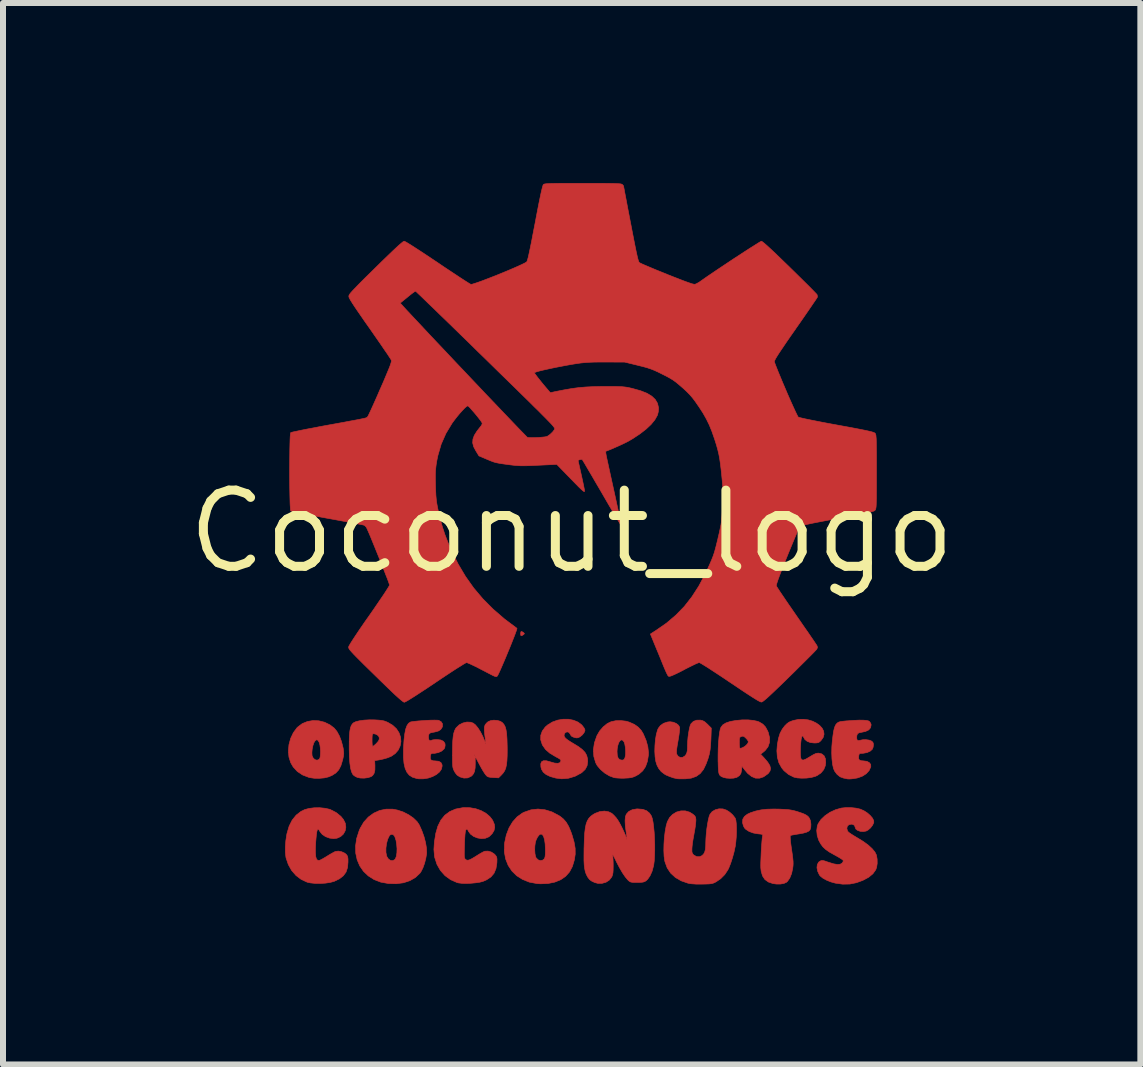
<source format=kicad_pcb>
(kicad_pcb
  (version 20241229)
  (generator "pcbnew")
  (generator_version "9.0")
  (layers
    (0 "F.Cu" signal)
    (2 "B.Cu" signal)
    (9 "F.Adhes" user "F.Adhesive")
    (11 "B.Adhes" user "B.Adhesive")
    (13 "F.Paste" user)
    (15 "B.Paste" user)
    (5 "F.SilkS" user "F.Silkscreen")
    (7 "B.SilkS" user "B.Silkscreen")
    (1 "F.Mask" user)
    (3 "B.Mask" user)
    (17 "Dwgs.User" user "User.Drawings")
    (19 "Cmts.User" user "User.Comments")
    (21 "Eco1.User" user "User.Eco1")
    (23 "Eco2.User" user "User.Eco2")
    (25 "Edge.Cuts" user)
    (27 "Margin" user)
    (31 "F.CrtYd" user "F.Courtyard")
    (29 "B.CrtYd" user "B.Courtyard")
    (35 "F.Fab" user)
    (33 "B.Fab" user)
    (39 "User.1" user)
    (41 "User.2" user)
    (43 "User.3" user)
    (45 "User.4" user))
  (footprint "Coconut_logo"
    (layer "F.Cu")
    (at 6.478 5.809)
    (property "Reference" "Coconut_logo" (at 0 0 0) (layer "F.SilkS") (effects (font (size 1.27 1.27) (thickness 0.15))))
    (attr through_hole)
    (fp_poly (pts (xy -0.809 1.679) (xy -0.806 1.682) (xy -0.789 1.697) (xy -0.792 1.708) (xy -0.806 1.72) (xy -0.833 1.737) (xy -0.847 1.733) (xy -0.851 1.708) (xy -0.851 1.702) (xy -0.847 1.672) (xy -0.835 1.665) (xy -0.809 1.679)) (stroke (width 0.01) (type solid)) (fill yes) (layer "F.Cu"))
    (fp_poly (pts (xy -4.215 3.154) (xy -4.119 3.178) (xy -4.029 3.222) (xy -3.958 3.276) (xy -3.913 3.331) (xy -3.872 3.406) (xy -3.838 3.495) (xy -3.812 3.595) (xy -3.807 3.62) (xy -3.801 3.666) (xy -3.799 3.705) (xy -3.804 3.745) (xy -3.815 3.797) (xy -3.82 3.815) (xy -3.847 3.904) (xy -3.883 3.972) (xy -3.931 4.024) (xy -3.995 4.065) (xy -4.056 4.09) (xy -4.124 4.106) (xy -4.206 4.113) (xy -4.29 4.112) (xy -4.367 4.101) (xy -4.381 4.097) (xy -4.485 4.057) (xy -4.572 3.999) (xy -4.641 3.924) (xy -4.682 3.854) (xy -4.712 3.76) (xy -4.719 3.685) (xy -4.33 3.685) (xy -4.327 3.733) (xy -4.326 3.738) (xy -4.307 3.777) (xy -4.278 3.802) (xy -4.244 3.811) (xy -4.213 3.799) (xy -4.203 3.79) (xy -4.193 3.764) (xy -4.188 3.721) (xy -4.186 3.667) (xy -4.189 3.61) (xy -4.196 3.558) (xy -4.207 3.517) (xy -4.208 3.514) (xy -4.229 3.479) (xy -4.251 3.47) (xy -4.275 3.486) (xy -4.297 3.521) (xy -4.313 3.568) (xy -4.325 3.627) (xy -4.33 3.685) (xy -4.719 3.685) (xy -4.721 3.657) (xy -4.712 3.552) (xy -4.684 3.448) (xy -4.639 3.353) (xy -4.579 3.271) (xy -4.564 3.257) (xy -4.49 3.201) (xy -4.404 3.166) (xy -4.311 3.15) (xy -4.215 3.154)) (stroke (width 0.01) (type solid)) (fill yes) (layer "F.Cu"))
    (fp_poly (pts (xy 0.908 3.161) (xy 0.958 3.176) (xy 1.044 3.214) (xy 1.109 3.26) (xy 1.16 3.316) (xy 1.194 3.373) (xy 1.24 3.481) (xy 1.269 3.586) (xy 1.28 3.683) (xy 1.279 3.725) (xy 1.262 3.831) (xy 1.231 3.918) (xy 1.184 3.988) (xy 1.12 4.044) (xy 1.069 4.073) (xy 1.03 4.09) (xy 0.992 4.101) (xy 0.948 4.107) (xy 0.889 4.11) (xy 0.877 4.111) (xy 0.818 4.111) (xy 0.762 4.108) (xy 0.72 4.104) (xy 0.708 4.102) (xy 0.628 4.072) (xy 0.55 4.025) (xy 0.481 3.966) (xy 0.426 3.901) (xy 0.4 3.853) (xy 0.369 3.748) (xy 0.364 3.666) (xy 0.756 3.666) (xy 0.76 3.732) (xy 0.775 3.777) (xy 0.801 3.802) (xy 0.839 3.81) (xy 0.839 3.81) (xy 0.864 3.806) (xy 0.88 3.788) (xy 0.89 3.763) (xy 0.898 3.719) (xy 0.899 3.66) (xy 0.895 3.598) (xy 0.885 3.542) (xy 0.874 3.509) (xy 0.852 3.479) (xy 0.829 3.472) (xy 0.807 3.485) (xy 0.786 3.516) (xy 0.77 3.561) (xy 0.759 3.619) (xy 0.756 3.666) (xy 0.364 3.666) (xy 0.362 3.637) (xy 0.379 3.522) (xy 0.419 3.407) (xy 0.422 3.4) (xy 0.467 3.323) (xy 0.526 3.255) (xy 0.592 3.201) (xy 0.656 3.17) (xy 0.734 3.153) (xy 0.822 3.151) (xy 0.908 3.161)) (stroke (width 0.01) (type solid)) (fill yes) (layer "F.Cu"))
    (fp_poly (pts (xy -2.982 4.627) (xy -2.904 4.642) (xy -2.806 4.675) (xy -2.716 4.721) (xy -2.637 4.776) (xy -2.575 4.837) (xy -2.54 4.89) (xy -2.497 4.986) (xy -2.461 5.086) (xy -2.435 5.186) (xy -2.42 5.278) (xy -2.417 5.357) (xy -2.419 5.375) (xy -2.432 5.451) (xy -2.452 5.529) (xy -2.478 5.602) (xy -2.507 5.661) (xy -2.528 5.693) (xy -2.604 5.765) (xy -2.697 5.819) (xy -2.804 5.854) (xy -2.926 5.87) (xy -3.056 5.866) (xy -3.183 5.843) (xy -3.294 5.8) (xy -3.39 5.739) (xy -3.47 5.663) (xy -3.532 5.573) (xy -3.575 5.472) (xy -3.599 5.361) (xy -3.601 5.276) (xy -3.096 5.276) (xy -3.096 5.348) (xy -3.084 5.408) (xy -3.081 5.416) (xy -3.055 5.457) (xy -3.021 5.481) (xy -2.985 5.486) (xy -2.952 5.47) (xy -2.939 5.455) (xy -2.922 5.413) (xy -2.913 5.354) (xy -2.911 5.285) (xy -2.917 5.213) (xy -2.928 5.145) (xy -2.947 5.088) (xy -2.949 5.082) (xy -2.973 5.053) (xy -3.002 5.045) (xy -3.03 5.06) (xy -3.039 5.071) (xy -3.067 5.129) (xy -3.086 5.2) (xy -3.096 5.276) (xy -3.601 5.276) (xy -3.602 5.242) (xy -3.584 5.117) (xy -3.543 4.988) (xy -3.524 4.944) (xy -3.465 4.843) (xy -3.389 4.759) (xy -3.3 4.694) (xy -3.201 4.649) (xy -3.094 4.627) (xy -2.982 4.627)) (stroke (width 0.01) (type solid)) (fill yes) (layer "F.Cu"))
    (fp_poly (pts (xy -0.446 4.637) (xy -0.328 4.673) (xy -0.212 4.735) (xy -0.195 4.745) (xy -0.139 4.79) (xy -0.092 4.844) (xy -0.051 4.913) (xy -0.014 5.001) (xy 0.006 5.058) (xy 0.04 5.175) (xy 0.058 5.28) (xy 0.059 5.378) (xy 0.044 5.475) (xy 0.013 5.578) (xy 0.01 5.586) (xy -0.036 5.673) (xy -0.101 5.746) (xy -0.183 5.803) (xy -0.282 5.843) (xy -0.394 5.866) (xy -0.519 5.871) (xy -0.58 5.867) (xy -0.707 5.843) (xy -0.819 5.798) (xy -0.917 5.736) (xy -0.997 5.657) (xy -1.059 5.563) (xy -1.101 5.456) (xy -1.122 5.339) (xy -1.121 5.306) (xy -0.616 5.306) (xy -0.612 5.366) (xy -0.603 5.414) (xy -0.593 5.438) (xy -0.559 5.472) (xy -0.52 5.485) (xy -0.482 5.476) (xy -0.462 5.46) (xy -0.451 5.444) (xy -0.444 5.422) (xy -0.44 5.39) (xy -0.438 5.34) (xy -0.438 5.298) (xy -0.442 5.207) (xy -0.452 5.136) (xy -0.468 5.083) (xy -0.488 5.052) (xy -0.512 5.041) (xy -0.539 5.054) (xy -0.568 5.09) (xy -0.592 5.138) (xy -0.606 5.184) (xy -0.614 5.243) (xy -0.616 5.306) (xy -1.121 5.306) (xy -1.12 5.212) (xy -1.117 5.186) (xy -1.089 5.056) (xy -1.044 4.939) (xy -0.984 4.839) (xy -0.91 4.756) (xy -0.823 4.693) (xy -0.79 4.677) (xy -0.678 4.638) (xy -0.562 4.625) (xy -0.446 4.637)) (stroke (width 0.01) (type solid)) (fill yes) (layer "F.Cu"))
    (fp_poly (pts (xy 3.942 3.139) (xy 4.015 3.161) (xy 4.079 3.193) (xy 4.133 3.232) (xy 4.174 3.277) (xy 4.199 3.326) (xy 4.206 3.378) (xy 4.192 3.431) (xy 4.16 3.477) (xy 4.134 3.504) (xy 4.11 3.518) (xy 4.08 3.523) (xy 4.042 3.524) (xy 3.979 3.517) (xy 3.925 3.496) (xy 3.886 3.465) (xy 3.867 3.431) (xy 3.856 3.411) (xy 3.844 3.407) (xy 3.834 3.423) (xy 3.825 3.461) (xy 3.818 3.52) (xy 3.813 3.596) (xy 3.811 3.671) (xy 3.813 3.738) (xy 3.82 3.782) (xy 3.837 3.805) (xy 3.864 3.808) (xy 3.906 3.791) (xy 3.964 3.757) (xy 3.974 3.751) (xy 4.028 3.719) (xy 4.068 3.7) (xy 4.101 3.694) (xy 4.113 3.693) (xy 4.168 3.706) (xy 4.207 3.737) (xy 4.229 3.786) (xy 4.234 3.85) (xy 4.227 3.903) (xy 4.201 3.968) (xy 4.154 4.024) (xy 4.091 4.067) (xy 4.056 4.082) (xy 3.991 4.099) (xy 3.914 4.109) (xy 3.834 4.111) (xy 3.76 4.106) (xy 3.702 4.093) (xy 3.701 4.092) (xy 3.615 4.049) (xy 3.54 3.987) (xy 3.5 3.938) (xy 3.454 3.855) (xy 3.428 3.762) (xy 3.42 3.656) (xy 3.428 3.55) (xy 3.447 3.447) (xy 3.473 3.363) (xy 3.51 3.293) (xy 3.551 3.239) (xy 3.588 3.202) (xy 3.622 3.177) (xy 3.665 3.159) (xy 3.698 3.148) (xy 3.781 3.131) (xy 3.863 3.129) (xy 3.942 3.139)) (stroke (width 0.01) (type solid)) (fill yes) (layer "F.Cu"))
    (fp_poly (pts (xy -3.284 3.139) (xy -3.216 3.143) (xy -3.166 3.148) (xy -3.125 3.157) (xy -3.087 3.171) (xy -3.064 3.181) (xy -2.983 3.229) (xy -2.92 3.288) (xy -2.877 3.355) (xy -2.852 3.427) (xy -2.846 3.501) (xy -2.859 3.573) (xy -2.89 3.641) (xy -2.94 3.699) (xy -3.008 3.746) (xy -3.072 3.772) (xy -3.127 3.788) (xy -3.183 3.801) (xy -3.221 3.808) (xy -3.283 3.817) (xy -3.279 3.903) (xy -3.28 3.977) (xy -3.293 4.03) (xy -3.318 4.067) (xy -3.344 4.085) (xy -3.396 4.102) (xy -3.46 4.11) (xy -3.525 4.108) (xy -3.575 4.097) (xy -3.612 4.078) (xy -3.642 4.055) (xy -3.646 4.05) (xy -3.668 4.007) (xy -3.685 3.945) (xy -3.697 3.861) (xy -3.705 3.754) (xy -3.708 3.624) (xy -3.708 3.59) (xy -3.707 3.48) (xy -3.707 3.461) (xy -3.327 3.461) (xy -3.327 3.505) (xy -3.325 3.545) (xy -3.321 3.573) (xy -3.317 3.581) (xy -3.302 3.573) (xy -3.277 3.552) (xy -3.26 3.537) (xy -3.222 3.494) (xy -3.206 3.459) (xy -3.21 3.426) (xy -3.218 3.411) (xy -3.241 3.389) (xy -3.274 3.374) (xy -3.305 3.37) (xy -3.318 3.374) (xy -3.323 3.388) (xy -3.326 3.42) (xy -3.327 3.461) (xy -3.707 3.461) (xy -3.704 3.392) (xy -3.697 3.323) (xy -3.687 3.271) (xy -3.673 3.233) (xy -3.654 3.205) (xy -3.638 3.189) (xy -3.598 3.169) (xy -3.537 3.154) (xy -3.459 3.143) (xy -3.368 3.138) (xy -3.284 3.139)) (stroke (width 0.01) (type solid)) (fill yes) (layer "F.Cu"))
    (fp_poly (pts (xy 2.183 3.152) (xy 2.216 3.17) (xy 2.253 3.202) (xy 2.265 3.214) (xy 2.327 3.276) (xy 2.321 3.457) (xy 2.315 3.557) (xy 2.307 3.639) (xy 2.293 3.713) (xy 2.272 3.787) (xy 2.242 3.868) (xy 2.239 3.876) (xy 2.196 3.966) (xy 2.141 4.034) (xy 2.075 4.081) (xy 1.993 4.11) (xy 1.902 4.121) (xy 1.848 4.122) (xy 1.798 4.122) (xy 1.764 4.12) (xy 1.759 4.119) (xy 1.698 4.106) (xy 1.632 4.083) (xy 1.573 4.058) (xy 1.549 4.044) (xy 1.492 4.001) (xy 1.45 3.948) (xy 1.421 3.892) (xy 1.402 3.831) (xy 1.39 3.751) (xy 1.385 3.66) (xy 1.388 3.563) (xy 1.396 3.468) (xy 1.411 3.38) (xy 1.432 3.306) (xy 1.444 3.279) (xy 1.48 3.232) (xy 1.532 3.196) (xy 1.595 3.175) (xy 1.639 3.17) (xy 1.694 3.178) (xy 1.744 3.199) (xy 1.781 3.229) (xy 1.799 3.261) (xy 1.8 3.285) (xy 1.796 3.33) (xy 1.789 3.389) (xy 1.778 3.457) (xy 1.773 3.486) (xy 1.759 3.566) (xy 1.75 3.626) (xy 1.747 3.668) (xy 1.748 3.697) (xy 1.751 3.711) (xy 1.776 3.748) (xy 1.811 3.765) (xy 1.85 3.763) (xy 1.887 3.74) (xy 1.906 3.716) (xy 1.919 3.688) (xy 1.927 3.652) (xy 1.93 3.601) (xy 1.93 3.567) (xy 1.933 3.499) (xy 1.939 3.426) (xy 1.949 3.354) (xy 1.961 3.289) (xy 1.974 3.237) (xy 1.988 3.205) (xy 1.988 3.204) (xy 2.029 3.164) (xy 2.083 3.144) (xy 2.145 3.143) (xy 2.183 3.152)) (stroke (width 0.01) (type solid)) (fill yes) (layer "F.Cu"))
    (fp_poly (pts (xy -2.242 3.144) (xy -2.216 3.146) (xy -2.216 3.147) (xy -2.175 3.17) (xy -2.153 3.205) (xy -2.154 3.25) (xy -2.159 3.263) (xy -2.183 3.3) (xy -2.223 3.325) (xy -2.282 3.341) (xy -2.304 3.345) (xy -2.349 3.354) (xy -2.375 3.369) (xy -2.385 3.397) (xy -2.387 3.431) (xy -2.381 3.468) (xy -2.364 3.486) (xy -2.338 3.48) (xy -2.336 3.479) (xy -2.314 3.472) (xy -2.276 3.468) (xy -2.246 3.467) (xy -2.182 3.474) (xy -2.137 3.496) (xy -2.113 3.53) (xy -2.109 3.56) (xy -2.114 3.595) (xy -2.125 3.621) (xy -2.166 3.658) (xy -2.222 3.684) (xy -2.282 3.696) (xy -2.288 3.696) (xy -2.324 3.697) (xy -2.342 3.704) (xy -2.351 3.722) (xy -2.355 3.741) (xy -2.357 3.783) (xy -2.343 3.808) (xy -2.309 3.821) (xy -2.275 3.823) (xy -2.216 3.829) (xy -2.179 3.85) (xy -2.161 3.886) (xy -2.159 3.908) (xy -2.171 3.96) (xy -2.204 4.008) (xy -2.255 4.05) (xy -2.319 4.084) (xy -2.392 4.109) (xy -2.471 4.121) (xy -2.551 4.121) (xy -2.59 4.114) (xy -2.654 4.094) (xy -2.707 4.06) (xy -2.747 4.011) (xy -2.776 3.946) (xy -2.795 3.862) (xy -2.804 3.758) (xy -2.804 3.633) (xy -2.802 3.594) (xy -2.794 3.471) (xy -2.782 3.372) (xy -2.767 3.294) (xy -2.746 3.237) (xy -2.721 3.198) (xy -2.69 3.176) (xy -2.689 3.175) (xy -2.662 3.169) (xy -2.616 3.163) (xy -2.556 3.157) (xy -2.487 3.152) (xy -2.416 3.147) (xy -2.348 3.144) (xy -2.288 3.143) (xy -2.242 3.144)) (stroke (width 0.01) (type solid)) (fill yes) (layer "F.Cu"))
    (fp_poly (pts (xy -0.053 3.128) (xy 0.031 3.145) (xy 0.106 3.176) (xy 0.168 3.223) (xy 0.205 3.271) (xy 0.219 3.298) (xy 0.221 3.318) (xy 0.21 3.345) (xy 0.205 3.354) (xy 0.178 3.389) (xy 0.141 3.419) (xy 0.137 3.422) (xy 0.104 3.437) (xy 0.075 3.439) (xy 0.041 3.431) (xy 0.003 3.415) (xy -0.019 3.39) (xy -0.024 3.378) (xy -0.044 3.349) (xy -0.071 3.339) (xy -0.1 3.346) (xy -0.121 3.369) (xy -0.127 3.398) (xy -0.121 3.421) (xy -0.102 3.445) (xy -0.067 3.473) (xy -0.014 3.508) (xy 0.025 3.531) (xy 0.112 3.584) (xy 0.176 3.633) (xy 0.222 3.681) (xy 0.25 3.731) (xy 0.264 3.786) (xy 0.267 3.83) (xy 0.257 3.903) (xy 0.225 3.964) (xy 0.171 4.015) (xy 0.162 4.022) (xy 0.056 4.079) (xy -0.055 4.112) (xy -0.167 4.121) (xy -0.265 4.109) (xy -0.357 4.083) (xy -0.426 4.05) (xy -0.474 4.01) (xy -0.503 3.962) (xy -0.513 3.924) (xy -0.515 3.871) (xy -0.502 3.837) (xy -0.471 3.82) (xy -0.423 3.82) (xy -0.357 3.838) (xy -0.352 3.84) (xy -0.285 3.859) (xy -0.232 3.863) (xy -0.197 3.853) (xy -0.181 3.828) (xy -0.18 3.826) (xy -0.182 3.81) (xy -0.195 3.794) (xy -0.223 3.776) (xy -0.266 3.753) (xy -0.362 3.696) (xy -0.434 3.634) (xy -0.483 3.565) (xy -0.491 3.55) (xy -0.516 3.471) (xy -0.515 3.396) (xy -0.49 3.325) (xy -0.441 3.259) (xy -0.399 3.222) (xy -0.32 3.174) (xy -0.233 3.143) (xy -0.143 3.128) (xy -0.053 3.128)) (stroke (width 0.01) (type solid)) (fill yes) (layer "F.Cu"))
    (fp_poly (pts (xy 4.863 3.144) (xy 4.912 3.148) (xy 4.946 3.156) (xy 4.964 3.167) (xy 4.984 3.196) (xy 4.991 3.222) (xy 4.981 3.27) (xy 4.951 3.306) (xy 4.899 3.331) (xy 4.83 3.346) (xy 4.787 3.355) (xy 4.763 3.372) (xy 4.752 3.402) (xy 4.75 3.444) (xy 4.757 3.474) (xy 4.78 3.485) (xy 4.807 3.479) (xy 4.851 3.47) (xy 4.905 3.469) (xy 4.957 3.476) (xy 4.992 3.489) (xy 5.019 3.51) (xy 5.029 3.539) (xy 5.029 3.556) (xy 5.024 3.595) (xy 5.011 3.627) (xy 5.011 3.628) (xy 4.975 3.66) (xy 4.922 3.684) (xy 4.862 3.695) (xy 4.848 3.696) (xy 4.813 3.697) (xy 4.795 3.704) (xy 4.787 3.724) (xy 4.784 3.743) (xy 4.782 3.784) (xy 4.795 3.808) (xy 4.827 3.82) (xy 4.866 3.823) (xy 4.92 3.83) (xy 4.961 3.852) (xy 4.984 3.883) (xy 4.985 3.922) (xy 4.957 3.984) (xy 4.908 4.037) (xy 4.841 4.079) (xy 4.758 4.108) (xy 4.674 4.121) (xy 4.633 4.124) (xy 4.602 4.123) (xy 4.591 4.122) (xy 4.571 4.117) (xy 4.538 4.11) (xy 4.53 4.109) (xy 4.474 4.088) (xy 4.423 4.047) (xy 4.383 3.994) (xy 4.363 3.948) (xy 4.348 3.878) (xy 4.338 3.79) (xy 4.334 3.692) (xy 4.336 3.589) (xy 4.343 3.499) (xy 4.354 3.407) (xy 4.364 3.336) (xy 4.376 3.283) (xy 4.389 3.245) (xy 4.404 3.216) (xy 4.418 3.2) (xy 4.435 3.185) (xy 4.454 3.175) (xy 4.481 3.167) (xy 4.52 3.162) (xy 4.578 3.156) (xy 4.598 3.155) (xy 4.708 3.147) (xy 4.796 3.143) (xy 4.863 3.144)) (stroke (width 0.01) (type solid)) (fill yes) (layer "F.Cu"))
    (fp_poly (pts (xy -4.111 4.612) (xy -4.035 4.629) (xy -4.022 4.634) (xy -3.926 4.683) (xy -3.847 4.747) (xy -3.805 4.798) (xy -3.773 4.862) (xy -3.764 4.927) (xy -3.775 4.988) (xy -3.805 5.042) (xy -3.851 5.084) (xy -3.911 5.111) (xy -3.968 5.118) (xy -4.037 5.109) (xy -4.102 5.085) (xy -4.156 5.049) (xy -4.193 5.004) (xy -4.196 4.999) (xy -4.213 4.971) (xy -4.226 4.96) (xy -4.238 4.97) (xy -4.247 5) (xy -4.255 5.052) (xy -4.262 5.128) (xy -4.266 5.176) (xy -4.271 5.278) (xy -4.271 5.358) (xy -4.266 5.416) (xy -4.255 5.455) (xy -4.238 5.476) (xy -4.214 5.482) (xy -4.197 5.478) (xy -4.176 5.468) (xy -4.139 5.448) (xy -4.094 5.421) (xy -4.073 5.408) (xy -4.024 5.378) (xy -3.979 5.353) (xy -3.945 5.335) (xy -3.936 5.332) (xy -3.888 5.326) (xy -3.833 5.337) (xy -3.783 5.36) (xy -3.757 5.381) (xy -3.742 5.401) (xy -3.733 5.424) (xy -3.728 5.458) (xy -3.728 5.51) (xy -3.736 5.601) (xy -3.761 5.676) (xy -3.806 5.737) (xy -3.871 5.788) (xy -3.96 5.831) (xy -3.961 5.831) (xy -4.024 5.848) (xy -4.104 5.86) (xy -4.191 5.865) (xy -4.277 5.864) (xy -4.355 5.856) (xy -4.409 5.844) (xy -4.508 5.798) (xy -4.595 5.732) (xy -4.668 5.648) (xy -4.723 5.55) (xy -4.76 5.441) (xy -4.763 5.425) (xy -4.772 5.347) (xy -4.772 5.254) (xy -4.764 5.151) (xy -4.748 5.047) (xy -4.744 5.029) (xy -4.709 4.91) (xy -4.658 4.809) (xy -4.592 4.727) (xy -4.511 4.664) (xy -4.451 4.635) (xy -4.378 4.615) (xy -4.291 4.604) (xy -4.199 4.603) (xy -4.111 4.612)) (stroke (width 0.01) (type solid)) (fill yes) (layer "F.Cu"))
    (fp_poly (pts (xy 3.029 3.148) (xy 3.101 3.164) (xy 3.127 3.175) (xy 3.187 3.211) (xy 3.231 3.258) (xy 3.266 3.324) (xy 3.276 3.347) (xy 3.298 3.435) (xy 3.297 3.515) (xy 3.272 3.588) (xy 3.224 3.65) (xy 3.202 3.669) (xy 3.149 3.711) (xy 3.211 3.777) (xy 3.267 3.843) (xy 3.302 3.899) (xy 3.315 3.948) (xy 3.306 3.99) (xy 3.278 4.03) (xy 3.268 4.039) (xy 3.199 4.088) (xy 3.131 4.111) (xy 3.064 4.11) (xy 2.998 4.082) (xy 2.933 4.03) (xy 2.883 3.971) (xy 2.838 3.911) (xy 2.832 3.973) (xy 2.821 4.029) (xy 2.797 4.066) (xy 2.758 4.093) (xy 2.747 4.098) (xy 2.699 4.11) (xy 2.638 4.113) (xy 2.577 4.109) (xy 2.531 4.098) (xy 2.501 4.086) (xy 2.479 4.072) (xy 2.463 4.054) (xy 2.453 4.026) (xy 2.447 3.985) (xy 2.443 3.927) (xy 2.441 3.848) (xy 2.44 3.832) (xy 2.44 3.723) (xy 2.442 3.617) (xy 2.447 3.517) (xy 2.448 3.515) (xy 2.794 3.515) (xy 2.795 3.56) (xy 2.798 3.594) (xy 2.802 3.61) (xy 2.802 3.61) (xy 2.82 3.612) (xy 2.85 3.601) (xy 2.885 3.581) (xy 2.911 3.559) (xy 2.938 3.527) (xy 2.944 3.499) (xy 2.927 3.469) (xy 2.904 3.444) (xy 2.876 3.419) (xy 2.855 3.41) (xy 2.833 3.414) (xy 2.828 3.416) (xy 2.81 3.424) (xy 2.8 3.437) (xy 2.795 3.46) (xy 2.794 3.5) (xy 2.794 3.515) (xy 2.448 3.515) (xy 2.455 3.427) (xy 2.465 3.351) (xy 2.476 3.294) (xy 2.487 3.264) (xy 2.519 3.222) (xy 2.571 3.19) (xy 2.645 3.165) (xy 2.737 3.149) (xy 2.841 3.139) (xy 2.941 3.139) (xy 3.029 3.148)) (stroke (width 0.01) (type solid)) (fill yes) (layer "F.Cu"))
    (fp_poly (pts (xy 3.454 4.626) (xy 3.537 4.63) (xy 3.6 4.634) (xy 3.651 4.641) (xy 3.696 4.65) (xy 3.742 4.662) (xy 3.759 4.667) (xy 3.83 4.691) (xy 3.881 4.711) (xy 3.916 4.73) (xy 3.941 4.75) (xy 3.96 4.775) (xy 3.963 4.779) (xy 3.98 4.822) (xy 3.987 4.876) (xy 3.985 4.929) (xy 3.974 4.968) (xy 3.954 4.991) (xy 3.917 5.01) (xy 3.862 5.026) (xy 3.785 5.04) (xy 3.77 5.042) (xy 3.718 5.051) (xy 3.676 5.058) (xy 3.65 5.065) (xy 3.646 5.067) (xy 3.642 5.081) (xy 3.643 5.117) (xy 3.648 5.175) (xy 3.659 5.256) (xy 3.665 5.297) (xy 3.677 5.381) (xy 3.685 5.445) (xy 3.69 5.495) (xy 3.691 5.536) (xy 3.689 5.573) (xy 3.684 5.611) (xy 3.684 5.613) (xy 3.665 5.701) (xy 3.635 5.775) (xy 3.598 5.829) (xy 3.579 5.846) (xy 3.537 5.865) (xy 3.479 5.875) (xy 3.412 5.875) (xy 3.354 5.867) (xy 3.278 5.841) (xy 3.221 5.8) (xy 3.181 5.74) (xy 3.158 5.662) (xy 3.152 5.606) (xy 3.151 5.565) (xy 3.152 5.507) (xy 3.155 5.437) (xy 3.158 5.362) (xy 3.162 5.285) (xy 3.167 5.213) (xy 3.172 5.15) (xy 3.177 5.101) (xy 3.182 5.073) (xy 3.182 5.072) (xy 3.184 5.058) (xy 3.177 5.049) (xy 3.155 5.043) (xy 3.113 5.039) (xy 3.104 5.038) (xy 3.026 5.024) (xy 2.956 4.998) (xy 2.902 4.963) (xy 2.879 4.939) (xy 2.862 4.904) (xy 2.85 4.861) (xy 2.848 4.849) (xy 2.852 4.794) (xy 2.879 4.749) (xy 2.928 4.711) (xy 2.982 4.686) (xy 3.068 4.658) (xy 3.156 4.639) (xy 3.252 4.628) (xy 3.363 4.625) (xy 3.454 4.626)) (stroke (width 0.01) (type solid)) (fill yes) (layer "F.Cu"))
    (fp_poly (pts (xy -1.695 4.603) (xy -1.598 4.62) (xy -1.508 4.652) (xy -1.429 4.696) (xy -1.365 4.75) (xy -1.317 4.812) (xy -1.289 4.88) (xy -1.283 4.929) (xy -1.294 4.983) (xy -1.326 5.036) (xy -1.374 5.083) (xy -1.383 5.089) (xy -1.439 5.112) (xy -1.503 5.118) (xy -1.57 5.107) (xy -1.633 5.082) (xy -1.685 5.044) (xy -1.719 4.998) (xy -1.734 4.969) (xy -1.746 4.959) (xy -1.758 4.966) (xy -1.76 4.968) (xy -1.767 4.981) (xy -1.773 5.007) (xy -1.778 5.049) (xy -1.782 5.109) (xy -1.786 5.19) (xy -1.786 5.214) (xy -1.789 5.296) (xy -1.79 5.355) (xy -1.79 5.398) (xy -1.788 5.426) (xy -1.784 5.444) (xy -1.777 5.456) (xy -1.769 5.465) (xy -1.75 5.476) (xy -1.728 5.478) (xy -1.699 5.47) (xy -1.658 5.449) (xy -1.603 5.416) (xy -1.575 5.398) (xy -1.528 5.369) (xy -1.485 5.345) (xy -1.454 5.33) (xy -1.446 5.328) (xy -1.394 5.326) (xy -1.339 5.342) (xy -1.291 5.373) (xy -1.276 5.388) (xy -1.258 5.411) (xy -1.249 5.432) (xy -1.245 5.46) (xy -1.246 5.503) (xy -1.247 5.524) (xy -1.262 5.618) (xy -1.294 5.695) (xy -1.345 5.756) (xy -1.417 5.804) (xy -1.479 5.831) (xy -1.533 5.845) (xy -1.603 5.855) (xy -1.681 5.862) (xy -1.759 5.865) (xy -1.831 5.863) (xy -1.888 5.856) (xy -1.911 5.85) (xy -2.019 5.802) (xy -2.112 5.734) (xy -2.188 5.648) (xy -2.245 5.548) (xy -2.282 5.434) (xy -2.287 5.405) (xy -2.296 5.299) (xy -2.288 5.175) (xy -2.265 5.032) (xy -2.265 5.03) (xy -2.23 4.91) (xy -2.18 4.809) (xy -2.114 4.728) (xy -2.032 4.667) (xy -1.934 4.625) (xy -1.819 4.603) (xy -1.797 4.601) (xy -1.695 4.603)) (stroke (width 0.01) (type solid)) (fill yes) (layer "F.Cu"))
    (fp_poly (pts (xy 2.521 4.623) (xy 2.58 4.643) (xy 2.633 4.677) (xy 2.683 4.722) (xy 2.721 4.77) (xy 2.727 4.781) (xy 2.737 4.814) (xy 2.743 4.867) (xy 2.746 4.935) (xy 2.746 5.011) (xy 2.743 5.092) (xy 2.736 5.171) (xy 2.727 5.244) (xy 2.725 5.252) (xy 2.706 5.341) (xy 2.68 5.436) (xy 2.65 5.528) (xy 2.619 5.607) (xy 2.604 5.637) (xy 2.552 5.716) (xy 2.483 5.786) (xy 2.41 5.836) (xy 2.381 5.852) (xy 2.355 5.862) (xy 2.326 5.869) (xy 2.288 5.873) (xy 2.236 5.875) (xy 2.178 5.876) (xy 2.072 5.876) (xy 1.99 5.87) (xy 1.939 5.861) (xy 1.824 5.821) (xy 1.728 5.765) (xy 1.65 5.693) (xy 1.592 5.606) (xy 1.555 5.505) (xy 1.551 5.489) (xy 1.54 5.411) (xy 1.536 5.315) (xy 1.538 5.21) (xy 1.545 5.102) (xy 1.558 4.998) (xy 1.575 4.905) (xy 1.594 4.838) (xy 1.631 4.768) (xy 1.684 4.713) (xy 1.748 4.675) (xy 1.82 4.656) (xy 1.894 4.656) (xy 1.966 4.677) (xy 2.024 4.714) (xy 2.052 4.739) (xy 2.065 4.763) (xy 2.07 4.795) (xy 2.07 4.817) (xy 2.067 4.855) (xy 2.061 4.911) (xy 2.051 4.977) (xy 2.038 5.045) (xy 2.038 5.048) (xy 2.025 5.118) (xy 2.014 5.186) (xy 2.007 5.246) (xy 2.004 5.288) (xy 2.004 5.288) (xy 2.004 5.333) (xy 2.01 5.36) (xy 2.024 5.381) (xy 2.037 5.393) (xy 2.083 5.418) (xy 2.131 5.42) (xy 2.169 5.403) (xy 2.197 5.378) (xy 2.216 5.345) (xy 2.228 5.3) (xy 2.234 5.238) (xy 2.235 5.177) (xy 2.238 5.108) (xy 2.244 5.03) (xy 2.253 4.949) (xy 2.265 4.871) (xy 2.278 4.801) (xy 2.292 4.746) (xy 2.305 4.713) (xy 2.341 4.668) (xy 2.394 4.637) (xy 2.456 4.621) (xy 2.521 4.623)) (stroke (width 0.01) (type solid)) (fill yes) (layer "F.Cu"))
    (fp_poly (pts (xy -1.241 3.148) (xy -1.191 3.162) (xy -1.189 3.163) (xy -1.156 3.184) (xy -1.13 3.213) (xy -1.109 3.252) (xy -1.094 3.305) (xy -1.084 3.374) (xy -1.078 3.461) (xy -1.075 3.57) (xy -1.074 3.626) (xy -1.075 3.734) (xy -1.079 3.82) (xy -1.087 3.888) (xy -1.099 3.943) (xy -1.117 3.987) (xy -1.142 4.025) (xy -1.169 4.055) (xy -1.219 4.105) (xy -1.309 4.1) (xy -1.358 4.096) (xy -1.388 4.09) (xy -1.41 4.079) (xy -1.43 4.058) (xy -1.436 4.051) (xy -1.457 4.021) (xy -1.485 3.976) (xy -1.516 3.921) (xy -1.54 3.877) (xy -1.608 3.747) (xy -1.607 3.864) (xy -1.609 3.939) (xy -1.618 3.994) (xy -1.635 4.035) (xy -1.661 4.067) (xy -1.677 4.08) (xy -1.733 4.106) (xy -1.796 4.109) (xy -1.861 4.09) (xy -1.867 4.087) (xy -1.91 4.059) (xy -1.941 4.02) (xy -1.956 3.994) (xy -1.967 3.971) (xy -1.975 3.949) (xy -1.981 3.925) (xy -1.984 3.893) (xy -1.986 3.85) (xy -1.987 3.791) (xy -1.987 3.727) (xy -1.626 3.727) (xy -1.619 3.734) (xy -1.613 3.727) (xy -1.619 3.721) (xy -1.626 3.727) (xy -1.987 3.727) (xy -1.987 3.712) (xy -1.987 3.689) (xy -1.985 3.578) (xy -1.982 3.488) (xy -1.975 3.417) (xy -1.965 3.361) (xy -1.951 3.317) (xy -1.933 3.281) (xy -1.923 3.268) (xy -1.875 3.222) (xy -1.814 3.191) (xy -1.747 3.175) (xy -1.683 3.178) (xy -1.641 3.193) (xy -1.604 3.222) (xy -1.563 3.272) (xy -1.521 3.337) (xy -1.481 3.415) (xy -1.446 3.499) (xy -1.434 3.528) (xy -1.428 3.539) (xy -1.428 3.531) (xy -1.432 3.505) (xy -1.439 3.462) (xy -1.446 3.408) (xy -1.449 3.385) (xy -1.456 3.314) (xy -1.455 3.263) (xy -1.444 3.224) (xy -1.421 3.194) (xy -1.394 3.17) (xy -1.352 3.152) (xy -1.298 3.144) (xy -1.241 3.148)) (stroke (width 0.01) (type solid)) (fill yes) (layer "F.Cu"))
    (fp_poly (pts (xy 4.656 4.601) (xy 4.739 4.61) (xy 4.809 4.626) (xy 4.811 4.627) (xy 4.872 4.654) (xy 4.929 4.691) (xy 4.977 4.734) (xy 5.014 4.777) (xy 5.034 4.819) (xy 5.035 4.85) (xy 5.015 4.894) (xy 4.981 4.939) (xy 4.939 4.975) (xy 4.907 4.992) (xy 4.858 5) (xy 4.809 4.996) (xy 4.766 4.981) (xy 4.736 4.958) (xy 4.724 4.928) (xy 4.713 4.897) (xy 4.683 4.88) (xy 4.659 4.877) (xy 4.619 4.887) (xy 4.593 4.913) (xy 4.586 4.95) (xy 4.598 4.991) (xy 4.604 5) (xy 4.622 5.017) (xy 4.658 5.042) (xy 4.706 5.072) (xy 4.761 5.105) (xy 4.766 5.108) (xy 4.861 5.166) (xy 4.943 5.226) (xy 5.008 5.286) (xy 5.054 5.342) (xy 5.079 5.392) (xy 5.091 5.46) (xy 5.092 5.532) (xy 5.082 5.597) (xy 5.068 5.637) (xy 5.02 5.704) (xy 4.948 5.763) (xy 4.852 5.814) (xy 4.745 5.853) (xy 4.636 5.875) (xy 4.516 5.877) (xy 4.394 5.86) (xy 4.318 5.839) (xy 4.247 5.81) (xy 4.187 5.777) (xy 4.144 5.742) (xy 4.129 5.724) (xy 4.1 5.662) (xy 4.088 5.603) (xy 4.094 5.551) (xy 4.116 5.51) (xy 4.145 5.49) (xy 4.165 5.483) (xy 4.188 5.483) (xy 4.22 5.491) (xy 4.268 5.508) (xy 4.281 5.512) (xy 4.364 5.538) (xy 4.429 5.549) (xy 4.477 5.544) (xy 4.508 5.525) (xy 4.524 5.501) (xy 4.526 5.482) (xy 4.513 5.469) (xy 4.482 5.448) (xy 4.437 5.421) (xy 4.383 5.391) (xy 4.379 5.389) (xy 4.297 5.343) (xy 4.235 5.3) (xy 4.187 5.255) (xy 4.15 5.205) (xy 4.117 5.144) (xy 4.092 5.065) (xy 4.084 4.984) (xy 4.094 4.908) (xy 4.108 4.87) (xy 4.155 4.8) (xy 4.222 4.736) (xy 4.304 4.68) (xy 4.397 4.637) (xy 4.493 4.609) (xy 4.57 4.601) (xy 4.656 4.601)) (stroke (width 0.01) (type solid)) (fill yes) (layer "F.Cu"))
    (fp_poly (pts (xy 1.185 4.63) (xy 1.249 4.653) (xy 1.298 4.694) (xy 1.329 4.741) (xy 1.343 4.782) (xy 1.356 4.844) (xy 1.366 4.923) (xy 1.375 5.013) (xy 1.38 5.111) (xy 1.384 5.213) (xy 1.384 5.312) (xy 1.381 5.407) (xy 1.376 5.491) (xy 1.367 5.56) (xy 1.364 5.573) (xy 1.34 5.662) (xy 1.306 5.738) (xy 1.267 5.795) (xy 1.239 5.821) (xy 1.215 5.835) (xy 1.188 5.843) (xy 1.15 5.847) (xy 1.094 5.848) (xy 1.09 5.848) (xy 1.036 5.848) (xy 1.001 5.845) (xy 0.977 5.839) (xy 0.957 5.826) (xy 0.934 5.805) (xy 0.934 5.805) (xy 0.893 5.756) (xy 0.846 5.687) (xy 0.795 5.599) (xy 0.741 5.495) (xy 0.729 5.468) (xy 0.705 5.42) (xy 0.689 5.393) (xy 0.682 5.387) (xy 0.683 5.397) (xy 0.687 5.429) (xy 0.69 5.478) (xy 0.692 5.537) (xy 0.692 5.575) (xy 0.691 5.641) (xy 0.688 5.688) (xy 0.681 5.722) (xy 0.67 5.752) (xy 0.666 5.759) (xy 0.627 5.809) (xy 0.572 5.845) (xy 0.507 5.863) (xy 0.438 5.864) (xy 0.387 5.851) (xy 0.335 5.827) (xy 0.299 5.801) (xy 0.271 5.765) (xy 0.262 5.75) (xy 0.242 5.711) (xy 0.227 5.669) (xy 0.217 5.62) (xy 0.209 5.56) (xy 0.205 5.485) (xy 0.205 5.393) (xy 0.206 5.28) (xy 0.207 5.255) (xy 0.211 5.129) (xy 0.217 5.025) (xy 0.227 4.942) (xy 0.241 4.874) (xy 0.261 4.821) (xy 0.287 4.778) (xy 0.32 4.744) (xy 0.361 4.714) (xy 0.393 4.696) (xy 0.47 4.667) (xy 0.546 4.659) (xy 0.616 4.671) (xy 0.669 4.697) (xy 0.703 4.728) (xy 0.741 4.77) (xy 0.769 4.809) (xy 0.792 4.847) (xy 0.819 4.897) (xy 0.847 4.953) (xy 0.873 5.009) (xy 0.895 5.059) (xy 0.909 5.099) (xy 0.914 5.12) (xy 0.919 5.13) (xy 0.921 5.128) (xy 0.922 5.114) (xy 0.919 5.08) (xy 0.912 5.034) (xy 0.908 5.01) (xy 0.894 4.907) (xy 0.89 4.821) (xy 0.895 4.755) (xy 0.91 4.712) (xy 0.951 4.666) (xy 1.01 4.636) (xy 1.084 4.623) (xy 1.103 4.623) (xy 1.185 4.63)) (stroke (width 0.01) (type solid)) (fill yes) (layer "F.Cu"))
    (fp_poly (pts (xy 0.331 -5.804) (xy 0.453 -5.804) (xy 0.554 -5.803) (xy 0.635 -5.802) (xy 0.7 -5.801) (xy 0.749 -5.799) (xy 0.786 -5.797) (xy 0.812 -5.795) (xy 0.829 -5.791) (xy 0.839 -5.787) (xy 0.844 -5.784) (xy 0.859 -5.767) (xy 0.864 -5.762) (xy 0.866 -5.749) (xy 0.873 -5.714) (xy 0.883 -5.659) (xy 0.897 -5.586) (xy 0.914 -5.497) (xy 0.933 -5.395) (xy 0.955 -5.282) (xy 0.978 -5.161) (xy 0.984 -5.131) (xy 1.012 -4.985) (xy 1.036 -4.862) (xy 1.056 -4.761) (xy 1.073 -4.678) (xy 1.087 -4.613) (xy 1.098 -4.564) (xy 1.108 -4.528) (xy 1.116 -4.503) (xy 1.123 -4.488) (xy 1.129 -4.482) (xy 1.146 -4.473) (xy 1.184 -4.455) (xy 1.24 -4.431) (xy 1.311 -4.401) (xy 1.394 -4.366) (xy 1.488 -4.328) (xy 1.588 -4.288) (xy 1.588 -4.287) (xy 1.71 -4.239) (xy 1.81 -4.2) (xy 1.891 -4.169) (xy 1.953 -4.147) (xy 2 -4.131) (xy 2.032 -4.123) (xy 2.051 -4.121) (xy 2.056 -4.121) (xy 2.084 -4.133) (xy 2.123 -4.155) (xy 2.146 -4.171) (xy 2.2 -4.209) (xy 2.266 -4.255) (xy 2.343 -4.307) (xy 2.427 -4.364) (xy 2.517 -4.424) (xy 2.61 -4.486) (xy 2.703 -4.548) (xy 2.794 -4.607) (xy 2.881 -4.664) (xy 2.96 -4.715) (xy 3.03 -4.759) (xy 3.087 -4.795) (xy 3.13 -4.822) (xy 3.156 -4.836) (xy 3.163 -4.839) (xy 3.178 -4.83) (xy 3.21 -4.805) (xy 3.258 -4.763) (xy 3.323 -4.703) (xy 3.405 -4.626) (xy 3.503 -4.531) (xy 3.619 -4.419) (xy 3.634 -4.404) (xy 3.723 -4.317) (xy 3.806 -4.235) (xy 3.882 -4.16) (xy 3.949 -4.094) (xy 4.005 -4.037) (xy 4.048 -3.993) (xy 4.077 -3.963) (xy 4.09 -3.948) (xy 4.09 -3.948) (xy 4.096 -3.918) (xy 4.094 -3.904) (xy 4.085 -3.89) (xy 4.063 -3.856) (xy 4.029 -3.807) (xy 3.985 -3.742) (xy 3.933 -3.666) (xy 3.873 -3.579) (xy 3.807 -3.484) (xy 3.736 -3.383) (xy 3.732 -3.376) (xy 3.644 -3.251) (xy 3.571 -3.145) (xy 3.511 -3.056) (xy 3.463 -2.985) (xy 3.427 -2.929) (xy 3.401 -2.886) (xy 3.386 -2.856) (xy 3.379 -2.838) (xy 3.378 -2.834) (xy 3.383 -2.815) (xy 3.397 -2.776) (xy 3.419 -2.72) (xy 3.447 -2.65) (xy 3.48 -2.571) (xy 3.516 -2.484) (xy 3.555 -2.393) (xy 3.594 -2.301) (xy 3.633 -2.212) (xy 3.67 -2.129) (xy 3.704 -2.054) (xy 3.733 -1.991) (xy 3.756 -1.944) (xy 3.771 -1.915) (xy 3.776 -1.908) (xy 3.792 -1.902) (xy 3.832 -1.892) (xy 3.894 -1.878) (xy 3.976 -1.861) (xy 4.077 -1.841) (xy 4.194 -1.818) (xy 4.327 -1.793) (xy 4.415 -1.777) (xy 4.557 -1.751) (xy 4.677 -1.729) (xy 4.776 -1.71) (xy 4.857 -1.694) (xy 4.92 -1.681) (xy 4.968 -1.67) (xy 5.004 -1.661) (xy 5.029 -1.653) (xy 5.046 -1.646) (xy 5.055 -1.64) (xy 5.058 -1.637) (xy 5.063 -1.629) (xy 5.067 -1.618) (xy 5.071 -1.601) (xy 5.073 -1.577) (xy 5.076 -1.542) (xy 5.077 -1.495) (xy 5.078 -1.434) (xy 5.079 -1.356) (xy 5.08 -1.26) (xy 5.08 -1.143) (xy 5.08 -1.002) (xy 5.08 -0.997) (xy 5.08 -0.856) (xy 5.08 -0.738) (xy 5.079 -0.641) (xy 5.079 -0.562) (xy 5.077 -0.501) (xy 5.076 -0.453) (xy 5.074 -0.418) (xy 5.071 -0.394) (xy 5.067 -0.376) (xy 5.063 -0.365) (xy 5.058 -0.357) (xy 5.057 -0.356) (xy 5.05 -0.349) (xy 5.037 -0.342) (xy 5.018 -0.335) (xy 4.989 -0.327) (xy 4.949 -0.317) (xy 4.896 -0.305) (xy 4.827 -0.292) (xy 4.74 -0.275) (xy 4.634 -0.255) (xy 4.506 -0.232) (xy 4.429 -0.217) (xy 4.273 -0.189) (xy 4.138 -0.163) (xy 4.025 -0.141) (xy 3.935 -0.122) (xy 3.868 -0.107) (xy 3.824 -0.096) (xy 3.805 -0.089) (xy 3.805 -0.088) (xy 3.796 -0.073) (xy 3.779 -0.036) (xy 3.755 0.018) (xy 3.725 0.089) (xy 3.69 0.173) (xy 3.651 0.267) (xy 3.609 0.369) (xy 3.595 0.404) (xy 3.541 0.537) (xy 3.498 0.648) (xy 3.463 0.737) (xy 3.438 0.807) (xy 3.421 0.857) (xy 3.412 0.89) (xy 3.411 0.906) (xy 3.42 0.922) (xy 3.442 0.956) (xy 3.475 1.007) (xy 3.519 1.072) (xy 3.571 1.149) (xy 3.63 1.235) (xy 3.695 1.329) (xy 3.746 1.403) (xy 3.814 1.501) (xy 3.878 1.594) (xy 3.937 1.678) (xy 3.988 1.753) (xy 4.03 1.814) (xy 4.062 1.862) (xy 4.082 1.892) (xy 4.089 1.903) (xy 4.097 1.931) (xy 4.087 1.957) (xy 4.085 1.961) (xy 4.072 1.975) (xy 4.043 2.006) (xy 4 2.05) (xy 3.944 2.106) (xy 3.877 2.173) (xy 3.801 2.248) (xy 3.719 2.33) (xy 3.633 2.414) (xy 3.526 2.519) (xy 3.435 2.606) (xy 3.36 2.678) (xy 3.299 2.735) (xy 3.251 2.779) (xy 3.214 2.81) (xy 3.188 2.83) (xy 3.171 2.84) (xy 3.165 2.842) (xy 3.152 2.84) (xy 3.131 2.831) (xy 3.099 2.814) (xy 3.056 2.788) (xy 2.999 2.752) (xy 2.928 2.706) (xy 2.84 2.648) (xy 2.735 2.577) (xy 2.642 2.515) (xy 2.535 2.443) (xy 2.437 2.378) (xy 2.348 2.32) (xy 2.272 2.27) (xy 2.209 2.231) (xy 2.163 2.203) (xy 2.134 2.187) (xy 2.125 2.184) (xy 2.105 2.19) (xy 2.067 2.206) (xy 2.015 2.231) (xy 1.952 2.262) (xy 1.883 2.297) (xy 1.881 2.299) (xy 1.812 2.335) (xy 1.749 2.366) (xy 1.695 2.391) (xy 1.656 2.407) (xy 1.635 2.413) (xy 1.634 2.413) (xy 1.626 2.413) (xy 1.619 2.413) (xy 1.612 2.41) (xy 1.604 2.401) (xy 1.595 2.385) (xy 1.582 2.359) (xy 1.565 2.322) (xy 1.543 2.271) (xy 1.515 2.203) (xy 1.48 2.116) (xy 1.436 2.009) (xy 1.424 1.981) (xy 1.312 1.708) (xy 1.408 1.646) (xy 1.582 1.525) (xy 1.737 1.393) (xy 1.877 1.249) (xy 2.003 1.088) (xy 2.118 0.91) (xy 2.224 0.711) (xy 2.264 0.626) (xy 2.303 0.541) (xy 2.333 0.471) (xy 2.357 0.41) (xy 2.377 0.351) (xy 2.395 0.288) (xy 2.414 0.213) (xy 2.437 0.121) (xy 2.437 0.118) (xy 2.459 0.025) (xy 2.475 -0.051) (xy 2.488 -0.116) (xy 2.497 -0.177) (xy 2.503 -0.242) (xy 2.509 -0.316) (xy 2.514 -0.4) (xy 2.519 -0.491) (xy 2.522 -0.565) (xy 2.523 -0.63) (xy 2.521 -0.692) (xy 2.517 -0.759) (xy 2.51 -0.838) (xy 2.502 -0.921) (xy 2.49 -1.038) (xy 2.478 -1.134) (xy 2.466 -1.217) (xy 2.452 -1.291) (xy 2.435 -1.362) (xy 2.415 -1.435) (xy 2.39 -1.515) (xy 2.381 -1.543) (xy 2.337 -1.669) (xy 2.293 -1.777) (xy 2.244 -1.877) (xy 2.188 -1.976) (xy 2.119 -2.082) (xy 2.109 -2.096) (xy 2.058 -2.17) (xy 2.013 -2.229) (xy 1.969 -2.28) (xy 1.92 -2.33) (xy 1.86 -2.386) (xy 1.846 -2.398) (xy 1.786 -2.45) (xy 1.736 -2.491) (xy 1.689 -2.525) (xy 1.638 -2.556) (xy 1.576 -2.59) (xy 1.512 -2.622) (xy 1.438 -2.659) (xy 1.376 -2.687) (xy 1.32 -2.709) (xy 1.261 -2.729) (xy 1.193 -2.748) (xy 1.107 -2.769) (xy 1.104 -2.77) (xy 0.883 -2.824) (xy 0.565 -2.825) (xy 0.462 -2.825) (xy 0.375 -2.824) (xy 0.297 -2.821) (xy 0.224 -2.816) (xy 0.152 -2.809) (xy 0.075 -2.798) (xy -0.011 -2.784) (xy -0.11 -2.766) (xy -0.229 -2.743) (xy -0.267 -2.736) (xy -0.365 -2.715) (xy -0.452 -2.696) (xy -0.524 -2.679) (xy -0.579 -2.664) (xy -0.612 -2.652) (xy -0.621 -2.647) (xy -0.616 -2.635) (xy -0.596 -2.608) (xy -0.566 -2.568) (xy -0.527 -2.519) (xy -0.483 -2.464) (xy -0.435 -2.407) (xy -0.417 -2.386) (xy -0.356 -2.314) (xy -0.27 -2.333) (xy -0.127 -2.361) (xy -0.000351 -2.383) (xy 0.118 -2.399) (xy 0.236 -2.409) (xy 0.362 -2.415) (xy 0.502 -2.418) (xy 0.546 -2.418) (xy 0.646 -2.418) (xy 0.725 -2.418) (xy 0.788 -2.416) (xy 0.838 -2.414) (xy 0.88 -2.41) (xy 0.919 -2.405) (xy 0.958 -2.397) (xy 1.003 -2.387) (xy 1.022 -2.382) (xy 1.15 -2.346) (xy 1.254 -2.305) (xy 1.335 -2.256) (xy 1.393 -2.201) (xy 1.43 -2.138) (xy 1.447 -2.066) (xy 1.448 -2.043) (xy 1.443 -1.994) (xy 1.431 -1.945) (xy 1.427 -1.935) (xy 1.386 -1.862) (xy 1.323 -1.785) (xy 1.24 -1.707) (xy 1.138 -1.628) (xy 1.022 -1.551) (xy 0.944 -1.505) (xy 0.903 -1.484) (xy 0.847 -1.457) (xy 0.782 -1.427) (xy 0.716 -1.398) (xy 0.654 -1.371) (xy 0.605 -1.351) (xy 0.582 -1.342) (xy 0.577 -1.341) (xy 0.573 -1.341) (xy 0.57 -1.338) (xy 0.568 -1.332) (xy 0.568 -1.32) (xy 0.57 -1.301) (xy 0.575 -1.272) (xy 0.583 -1.231) (xy 0.595 -1.177) (xy 0.61 -1.108) (xy 0.629 -1.021) (xy 0.652 -0.915) (xy 0.68 -0.788) (xy 0.706 -0.671) (xy 0.731 -0.557) (xy 0.754 -0.45) (xy 0.775 -0.354) (xy 0.793 -0.27) (xy 0.808 -0.201) (xy 0.818 -0.15) (xy 0.824 -0.12) (xy 0.825 -0.112) (xy 0.824 -0.109) (xy 0.82 -0.113) (xy 0.811 -0.124) (xy 0.797 -0.145) (xy 0.778 -0.176) (xy 0.752 -0.219) (xy 0.717 -0.276) (xy 0.675 -0.349) (xy 0.622 -0.438) (xy 0.56 -0.545) (xy 0.486 -0.673) (xy 0.445 -0.743) (xy 0.388 -0.84) (xy 0.336 -0.93) (xy 0.288 -1.011) (xy 0.247 -1.081) (xy 0.215 -1.136) (xy 0.191 -1.175) (xy 0.179 -1.196) (xy 0.177 -1.198) (xy 0.159 -1.203) (xy 0.136 -1.198) (xy 0.106 -1.187) (xy 0.16 -0.946) (xy 0.177 -0.869) (xy 0.192 -0.799) (xy 0.204 -0.74) (xy 0.212 -0.697) (xy 0.215 -0.674) (xy 0.215 -0.673) (xy 0.212 -0.666) (xy 0.203 -0.668) (xy 0.186 -0.68) (xy 0.159 -0.704) (xy 0.12 -0.741) (xy 0.068 -0.794) (xy 0.001 -0.863) (xy -0.016 -0.88) (xy -0.248 -1.119) (xy -0.552 -1.105) (xy -0.651 -1.1) (xy -0.73 -1.097) (xy -0.794 -1.096) (xy -0.849 -1.096) (xy -0.9 -1.099) (xy -0.953 -1.103) (xy -1.012 -1.11) (xy -1.066 -1.117) (xy -1.147 -1.128) (xy -1.21 -1.138) (xy -1.26 -1.148) (xy -1.305 -1.161) (xy -1.35 -1.178) (xy -1.403 -1.2) (xy -1.41 -1.203) (xy -1.546 -1.261) (xy -1.598 -1.346) (xy -1.634 -1.414) (xy -1.65 -1.477) (xy -1.646 -1.539) (xy -1.623 -1.603) (xy -1.578 -1.674) (xy -1.543 -1.719) (xy -1.512 -1.758) (xy -1.496 -1.784) (xy -1.491 -1.801) (xy -1.496 -1.816) (xy -1.499 -1.821) (xy -1.519 -1.851) (xy -1.55 -1.891) (xy -1.586 -1.936) (xy -1.625 -1.983) (xy -1.663 -2.026) (xy -1.695 -2.063) (xy -1.72 -2.087) (xy -1.731 -2.095) (xy -1.751 -2.086) (xy -1.782 -2.059) (xy -1.821 -2.018) (xy -1.867 -1.967) (xy -1.915 -1.909) (xy -1.962 -1.848) (xy -1.994 -1.804) (xy -2.096 -1.635) (xy -2.175 -1.456) (xy -2.23 -1.267) (xy -2.247 -1.184) (xy -2.258 -1.118) (xy -2.265 -1.061) (xy -2.27 -1.006) (xy -2.272 -0.946) (xy -2.272 -0.874) (xy -2.27 -0.784) (xy -2.27 -0.778) (xy -2.267 -0.681) (xy -2.263 -0.603) (xy -2.257 -0.537) (xy -2.249 -0.474) (xy -2.237 -0.409) (xy -2.23 -0.375) (xy -2.194 -0.219) (xy -2.156 -0.081) (xy -2.113 0.05) (xy -2.062 0.182) (xy -2.003 0.318) (xy -1.892 0.542) (xy -1.769 0.749) (xy -1.633 0.941) (xy -1.481 1.121) (xy -1.311 1.292) (xy -1.12 1.457) (xy -0.912 1.613) (xy -0.914 1.626) (xy -0.925 1.66) (xy -0.943 1.709) (xy -0.967 1.772) (xy -0.996 1.845) (xy -1.028 1.925) (xy -1.063 2.009) (xy -1.097 2.092) (xy -1.131 2.172) (xy -1.163 2.246) (xy -1.191 2.31) (xy -1.214 2.36) (xy -1.231 2.395) (xy -1.24 2.409) (xy -1.248 2.415) (xy -1.256 2.418) (xy -1.267 2.417) (xy -1.285 2.412) (xy -1.312 2.4) (xy -1.351 2.38) (xy -1.405 2.352) (xy -1.478 2.314) (xy -1.513 2.296) (xy -1.581 2.26) (xy -1.644 2.23) (xy -1.695 2.206) (xy -1.733 2.19) (xy -1.752 2.184) (xy -1.768 2.191) (xy -1.803 2.211) (xy -1.854 2.243) (xy -1.92 2.284) (xy -1.997 2.334) (xy -2.085 2.392) (xy -2.18 2.455) (xy -2.269 2.515) (xy -2.394 2.599) (xy -2.504 2.671) (xy -2.597 2.732) (xy -2.673 2.78) (xy -2.731 2.816) (xy -2.77 2.837) (xy -2.789 2.845) (xy -2.79 2.845) (xy -2.801 2.841) (xy -2.821 2.827) (xy -2.85 2.804) (xy -2.89 2.769) (xy -2.942 2.722) (xy -3.006 2.661) (xy -3.085 2.585) (xy -3.18 2.493) (xy -3.272 2.403) (xy -3.374 2.303) (xy -3.46 2.219) (xy -3.53 2.149) (xy -3.587 2.092) (xy -3.631 2.047) (xy -3.664 2.011) (xy -3.688 1.984) (xy -3.704 1.964) (xy -3.713 1.948) (xy -3.717 1.936) (xy -3.718 1.926) (xy -3.718 1.924) (xy -3.709 1.903) (xy -3.685 1.862) (xy -3.647 1.802) (xy -3.595 1.723) (xy -3.53 1.626) (xy -3.451 1.511) (xy -3.374 1.402) (xy -3.305 1.303) (xy -3.241 1.209) (xy -3.183 1.124) (xy -3.132 1.049) (xy -3.091 0.986) (xy -3.06 0.937) (xy -3.041 0.905) (xy -3.035 0.892) (xy -3.04 0.876) (xy -3.053 0.838) (xy -3.073 0.784) (xy -3.1 0.716) (xy -3.131 0.636) (xy -3.165 0.549) (xy -3.202 0.457) (xy -3.24 0.364) (xy -3.277 0.272) (xy -3.313 0.184) (xy -3.345 0.105) (xy -3.374 0.036) (xy -3.398 -0.018) (xy -3.415 -0.056) (xy -3.423 -0.072) (xy -3.446 -0.096) (xy -3.465 -0.107) (xy -3.482 -0.111) (xy -3.522 -0.119) (xy -3.581 -0.13) (xy -3.658 -0.145) (xy -3.749 -0.162) (xy -3.852 -0.181) (xy -3.965 -0.202) (xy -4.077 -0.222) (xy -4.196 -0.244) (xy -4.308 -0.266) (xy -4.41 -0.285) (xy -4.499 -0.303) (xy -4.574 -0.318) (xy -4.631 -0.331) (xy -4.668 -0.34) (xy -4.682 -0.344) (xy -4.686 -0.36) (xy -4.689 -0.398) (xy -4.693 -0.456) (xy -4.695 -0.53) (xy -4.697 -0.618) (xy -4.699 -0.717) (xy -4.7 -0.822) (xy -4.701 -0.933) (xy -4.701 -1.045) (xy -4.7 -1.156) (xy -4.699 -1.263) (xy -4.698 -1.363) (xy -4.696 -1.452) (xy -4.694 -1.528) (xy -4.691 -1.588) (xy -4.687 -1.629) (xy -4.683 -1.648) (xy -4.682 -1.649) (xy -4.667 -1.654) (xy -4.629 -1.663) (xy -4.571 -1.675) (xy -4.496 -1.691) (xy -4.405 -1.709) (xy -4.302 -1.728) (xy -4.19 -1.75) (xy -4.07 -1.772) (xy -3.926 -1.798) (xy -3.805 -1.82) (xy -3.705 -1.839) (xy -3.624 -1.854) (xy -3.559 -1.866) (xy -3.51 -1.876) (xy -3.473 -1.884) (xy -3.446 -1.89) (xy -3.428 -1.895) (xy -3.417 -1.9) (xy -3.41 -1.904) (xy -3.405 -1.909) (xy -3.401 -1.914) (xy -3.4 -1.916) (xy -3.39 -1.932) (xy -3.373 -1.968) (xy -3.347 -2.023) (xy -3.315 -2.093) (xy -3.278 -2.176) (xy -3.237 -2.268) (xy -3.194 -2.368) (xy -3.188 -2.381) (xy -3.137 -2.497) (xy -3.097 -2.592) (xy -3.065 -2.669) (xy -3.04 -2.729) (xy -3.023 -2.774) (xy -3.012 -2.808) (xy -3.006 -2.831) (xy -3.005 -2.848) (xy -3.007 -2.857) (xy -3.016 -2.874) (xy -3.039 -2.909) (xy -3.073 -2.961) (xy -3.118 -3.026) (xy -3.171 -3.104) (xy -3.232 -3.192) (xy -3.298 -3.287) (xy -3.366 -3.385) (xy -3.451 -3.505) (xy -3.521 -3.607) (xy -3.579 -3.691) (xy -3.625 -3.759) (xy -3.656 -3.808) (xy -2.858 -3.808) (xy -2.798 -3.742) (xy -2.753 -3.693) (xy -2.695 -3.631) (xy -2.626 -3.557) (xy -2.545 -3.471) (xy -2.456 -3.376) (xy -2.359 -3.272) (xy -2.255 -3.162) (xy -2.145 -3.046) (xy -2.032 -2.926) (xy -1.916 -2.803) (xy -1.798 -2.679) (xy -1.681 -2.555) (xy -1.564 -2.432) (xy -1.451 -2.312) (xy -1.341 -2.197) (xy -1.236 -2.087) (xy -1.137 -1.983) (xy -1.047 -1.889) (xy -0.965 -1.803) (xy -0.894 -1.729) (xy -0.835 -1.668) (xy -0.788 -1.62) (xy -0.756 -1.587) (xy -0.74 -1.571) (xy -0.738 -1.57) (xy -0.71 -1.566) (xy -0.664 -1.565) (xy -0.608 -1.566) (xy -0.548 -1.568) (xy -0.491 -1.573) (xy -0.443 -1.578) (xy -0.412 -1.585) (xy -0.406 -1.587) (xy -0.361 -1.618) (xy -0.318 -1.659) (xy -0.287 -1.7) (xy -0.286 -1.702) (xy -0.284 -1.707) (xy -0.283 -1.713) (xy -0.284 -1.72) (xy -0.289 -1.73) (xy -0.298 -1.743) (xy -0.312 -1.761) (xy -0.332 -1.784) (xy -0.359 -1.813) (xy -0.394 -1.849) (xy -0.438 -1.894) (xy -0.491 -1.947) (xy -0.554 -2.011) (xy -0.63 -2.085) (xy -0.717 -2.172) (xy -0.818 -2.271) (xy -0.933 -2.384) (xy -1.063 -2.511) (xy -1.21 -2.654) (xy -1.373 -2.814) (xy -1.431 -2.871) (xy -1.575 -3.011) (xy -1.713 -3.147) (xy -1.846 -3.276) (xy -1.972 -3.399) (xy -2.089 -3.513) (xy -2.198 -3.618) (xy -2.295 -3.713) (xy -2.382 -3.796) (xy -2.455 -3.867) (xy -2.515 -3.925) (xy -2.561 -3.968) (xy -2.59 -3.996) (xy -2.603 -4.007) (xy -2.603 -4.007) (xy -2.617 -3.999) (xy -2.646 -3.979) (xy -2.686 -3.948) (xy -2.733 -3.91) (xy -2.736 -3.907) (xy -2.858 -3.808) (xy -3.656 -3.808) (xy -3.66 -3.814) (xy -3.686 -3.855) (xy -3.703 -3.886) (xy -3.712 -3.907) (xy -3.714 -3.92) (xy -3.713 -3.93) (xy -3.708 -3.943) (xy -3.697 -3.96) (xy -3.68 -3.982) (xy -3.654 -4.011) (xy -3.619 -4.048) (xy -3.573 -4.096) (xy -3.514 -4.156) (xy -3.441 -4.229) (xy -3.352 -4.316) (xy -3.268 -4.399) (xy -3.158 -4.507) (xy -3.064 -4.598) (xy -2.986 -4.673) (xy -2.922 -4.733) (xy -2.873 -4.778) (xy -2.835 -4.81) (xy -2.81 -4.83) (xy -2.794 -4.838) (xy -2.792 -4.839) (xy -2.775 -4.832) (xy -2.738 -4.811) (xy -2.684 -4.778) (xy -2.614 -4.733) (xy -2.529 -4.678) (xy -2.43 -4.613) (xy -2.321 -4.54) (xy -2.235 -4.483) (xy -2.131 -4.412) (xy -2.033 -4.347) (xy -1.942 -4.287) (xy -1.861 -4.233) (xy -1.793 -4.189) (xy -1.738 -4.154) (xy -1.701 -4.131) (xy -1.681 -4.12) (xy -1.68 -4.119) (xy -1.66 -4.122) (xy -1.62 -4.134) (xy -1.563 -4.153) (xy -1.493 -4.178) (xy -1.412 -4.209) (xy -1.324 -4.243) (xy -1.233 -4.279) (xy -1.14 -4.317) (xy -1.051 -4.354) (xy -0.967 -4.39) (xy -0.892 -4.423) (xy -0.829 -4.452) (xy -0.782 -4.475) (xy -0.753 -4.492) (xy -0.747 -4.498) (xy -0.739 -4.519) (xy -0.726 -4.564) (xy -0.71 -4.635) (xy -0.69 -4.729) (xy -0.666 -4.848) (xy -0.639 -4.99) (xy -0.609 -5.144) (xy -0.578 -5.308) (xy -0.551 -5.448) (xy -0.527 -5.564) (xy -0.508 -5.655) (xy -0.492 -5.722) (xy -0.48 -5.765) (xy -0.473 -5.782) (xy -0.467 -5.787) (xy -0.458 -5.791) (xy -0.443 -5.794) (xy -0.42 -5.797) (xy -0.387 -5.799) (xy -0.343 -5.801) (xy -0.284 -5.802) (xy -0.209 -5.803) (xy -0.116 -5.804) (xy -0.002 -5.804) (xy 0.134 -5.804) (xy 0.185 -5.804) (xy 0.331 -5.804)) (stroke (width 0.01) (type solid)) (fill yes) (layer "F.Cu"))
    (fp_poly (pts (xy -0.809 1.679) (xy -0.806 1.682) (xy -0.789 1.697) (xy -0.792 1.708) (xy -0.806 1.72) (xy -0.833 1.737) (xy -0.847 1.733) (xy -0.851 1.708) (xy -0.851 1.702) (xy -0.847 1.672) (xy -0.835 1.665) (xy -0.809 1.679)) (stroke (width 0.01) (type solid)) (fill yes) (layer "F.Mask"))
    (fp_poly (pts (xy -4.215 3.154) (xy -4.119 3.178) (xy -4.029 3.222) (xy -3.958 3.276) (xy -3.913 3.331) (xy -3.872 3.406) (xy -3.838 3.495) (xy -3.812 3.595) (xy -3.807 3.62) (xy -3.801 3.666) (xy -3.799 3.705) (xy -3.804 3.745) (xy -3.815 3.797) (xy -3.82 3.815) (xy -3.847 3.904) (xy -3.883 3.972) (xy -3.931 4.024) (xy -3.995 4.065) (xy -4.056 4.09) (xy -4.124 4.106) (xy -4.206 4.113) (xy -4.29 4.112) (xy -4.367 4.101) (xy -4.381 4.097) (xy -4.485 4.057) (xy -4.572 3.999) (xy -4.641 3.924) (xy -4.682 3.854) (xy -4.712 3.76) (xy -4.719 3.685) (xy -4.33 3.685) (xy -4.327 3.733) (xy -4.326 3.738) (xy -4.307 3.777) (xy -4.278 3.802) (xy -4.244 3.811) (xy -4.213 3.799) (xy -4.203 3.79) (xy -4.193 3.764) (xy -4.188 3.721) (xy -4.186 3.667) (xy -4.189 3.61) (xy -4.196 3.558) (xy -4.207 3.517) (xy -4.208 3.514) (xy -4.229 3.479) (xy -4.251 3.47) (xy -4.275 3.486) (xy -4.297 3.521) (xy -4.313 3.568) (xy -4.325 3.627) (xy -4.33 3.685) (xy -4.719 3.685) (xy -4.721 3.657) (xy -4.712 3.552) (xy -4.684 3.448) (xy -4.639 3.353) (xy -4.579 3.271) (xy -4.564 3.257) (xy -4.49 3.201) (xy -4.404 3.166) (xy -4.311 3.15) (xy -4.215 3.154)) (stroke (width 0.01) (type solid)) (fill yes) (layer "F.Mask"))
    (fp_poly (pts (xy 0.908 3.161) (xy 0.958 3.176) (xy 1.044 3.214) (xy 1.109 3.26) (xy 1.16 3.316) (xy 1.194 3.373) (xy 1.24 3.481) (xy 1.269 3.586) (xy 1.28 3.683) (xy 1.279 3.725) (xy 1.262 3.831) (xy 1.231 3.918) (xy 1.184 3.988) (xy 1.12 4.044) (xy 1.069 4.073) (xy 1.03 4.09) (xy 0.992 4.101) (xy 0.948 4.107) (xy 0.889 4.11) (xy 0.877 4.111) (xy 0.818 4.111) (xy 0.762 4.108) (xy 0.72 4.104) (xy 0.708 4.102) (xy 0.628 4.072) (xy 0.55 4.025) (xy 0.481 3.966) (xy 0.426 3.901) (xy 0.4 3.853) (xy 0.369 3.748) (xy 0.364 3.666) (xy 0.756 3.666) (xy 0.76 3.732) (xy 0.775 3.777) (xy 0.801 3.802) (xy 0.839 3.81) (xy 0.839 3.81) (xy 0.864 3.806) (xy 0.88 3.788) (xy 0.89 3.763) (xy 0.898 3.719) (xy 0.899 3.66) (xy 0.895 3.598) (xy 0.885 3.542) (xy 0.874 3.509) (xy 0.852 3.479) (xy 0.829 3.472) (xy 0.807 3.485) (xy 0.786 3.516) (xy 0.77 3.561) (xy 0.759 3.619) (xy 0.756 3.666) (xy 0.364 3.666) (xy 0.362 3.637) (xy 0.379 3.522) (xy 0.419 3.407) (xy 0.422 3.4) (xy 0.467 3.323) (xy 0.526 3.255) (xy 0.592 3.201) (xy 0.656 3.17) (xy 0.734 3.153) (xy 0.822 3.151) (xy 0.908 3.161)) (stroke (width 0.01) (type solid)) (fill yes) (layer "F.Mask"))
    (fp_poly (pts (xy -2.982 4.627) (xy -2.904 4.642) (xy -2.806 4.675) (xy -2.716 4.721) (xy -2.637 4.776) (xy -2.575 4.837) (xy -2.54 4.89) (xy -2.497 4.986) (xy -2.461 5.086) (xy -2.435 5.186) (xy -2.42 5.278) (xy -2.417 5.357) (xy -2.419 5.375) (xy -2.432 5.451) (xy -2.452 5.529) (xy -2.478 5.602) (xy -2.507 5.661) (xy -2.528 5.693) (xy -2.604 5.765) (xy -2.697 5.819) (xy -2.804 5.854) (xy -2.926 5.87) (xy -3.056 5.866) (xy -3.183 5.843) (xy -3.294 5.8) (xy -3.39 5.739) (xy -3.47 5.663) (xy -3.532 5.573) (xy -3.575 5.472) (xy -3.599 5.361) (xy -3.601 5.276) (xy -3.096 5.276) (xy -3.096 5.348) (xy -3.084 5.408) (xy -3.081 5.416) (xy -3.055 5.457) (xy -3.021 5.481) (xy -2.985 5.486) (xy -2.952 5.47) (xy -2.939 5.455) (xy -2.922 5.413) (xy -2.913 5.354) (xy -2.911 5.285) (xy -2.917 5.213) (xy -2.928 5.145) (xy -2.947 5.088) (xy -2.949 5.082) (xy -2.973 5.053) (xy -3.002 5.045) (xy -3.03 5.06) (xy -3.039 5.071) (xy -3.067 5.129) (xy -3.086 5.2) (xy -3.096 5.276) (xy -3.601 5.276) (xy -3.602 5.242) (xy -3.584 5.117) (xy -3.543 4.988) (xy -3.524 4.944) (xy -3.465 4.843) (xy -3.389 4.759) (xy -3.3 4.694) (xy -3.201 4.649) (xy -3.094 4.627) (xy -2.982 4.627)) (stroke (width 0.01) (type solid)) (fill yes) (layer "F.Mask"))
    (fp_poly (pts (xy -0.446 4.637) (xy -0.328 4.673) (xy -0.212 4.735) (xy -0.195 4.745) (xy -0.139 4.79) (xy -0.092 4.844) (xy -0.051 4.913) (xy -0.014 5.001) (xy 0.006 5.058) (xy 0.04 5.175) (xy 0.058 5.28) (xy 0.059 5.378) (xy 0.044 5.475) (xy 0.013 5.578) (xy 0.01 5.586) (xy -0.036 5.673) (xy -0.101 5.746) (xy -0.183 5.803) (xy -0.282 5.843) (xy -0.394 5.866) (xy -0.519 5.871) (xy -0.58 5.867) (xy -0.707 5.843) (xy -0.819 5.798) (xy -0.917 5.736) (xy -0.997 5.657) (xy -1.059 5.563) (xy -1.101 5.456) (xy -1.122 5.339) (xy -1.121 5.306) (xy -0.616 5.306) (xy -0.612 5.366) (xy -0.603 5.414) (xy -0.593 5.438) (xy -0.559 5.472) (xy -0.52 5.485) (xy -0.482 5.476) (xy -0.462 5.46) (xy -0.451 5.444) (xy -0.444 5.422) (xy -0.44 5.39) (xy -0.438 5.34) (xy -0.438 5.298) (xy -0.442 5.207) (xy -0.452 5.136) (xy -0.468 5.083) (xy -0.488 5.052) (xy -0.512 5.041) (xy -0.539 5.054) (xy -0.568 5.09) (xy -0.592 5.138) (xy -0.606 5.184) (xy -0.614 5.243) (xy -0.616 5.306) (xy -1.121 5.306) (xy -1.12 5.212) (xy -1.117 5.186) (xy -1.089 5.056) (xy -1.044 4.939) (xy -0.984 4.839) (xy -0.91 4.756) (xy -0.823 4.693) (xy -0.79 4.677) (xy -0.678 4.638) (xy -0.562 4.625) (xy -0.446 4.637)) (stroke (width 0.01) (type solid)) (fill yes) (layer "F.Mask"))
    (fp_poly (pts (xy 3.942 3.139) (xy 4.015 3.161) (xy 4.079 3.193) (xy 4.133 3.232) (xy 4.174 3.277) (xy 4.199 3.326) (xy 4.206 3.378) (xy 4.192 3.431) (xy 4.16 3.477) (xy 4.134 3.504) (xy 4.11 3.518) (xy 4.08 3.523) (xy 4.042 3.524) (xy 3.979 3.517) (xy 3.925 3.496) (xy 3.886 3.465) (xy 3.867 3.431) (xy 3.856 3.411) (xy 3.844 3.407) (xy 3.834 3.423) (xy 3.825 3.461) (xy 3.818 3.52) (xy 3.813 3.596) (xy 3.811 3.671) (xy 3.813 3.738) (xy 3.82 3.782) (xy 3.837 3.805) (xy 3.864 3.808) (xy 3.906 3.791) (xy 3.964 3.757) (xy 3.974 3.751) (xy 4.028 3.719) (xy 4.068 3.7) (xy 4.101 3.694) (xy 4.113 3.693) (xy 4.168 3.706) (xy 4.207 3.737) (xy 4.229 3.786) (xy 4.234 3.85) (xy 4.227 3.903) (xy 4.201 3.968) (xy 4.154 4.024) (xy 4.091 4.067) (xy 4.056 4.082) (xy 3.991 4.099) (xy 3.914 4.109) (xy 3.834 4.111) (xy 3.76 4.106) (xy 3.702 4.093) (xy 3.701 4.092) (xy 3.615 4.049) (xy 3.54 3.987) (xy 3.5 3.938) (xy 3.454 3.855) (xy 3.428 3.762) (xy 3.42 3.656) (xy 3.428 3.55) (xy 3.447 3.447) (xy 3.473 3.363) (xy 3.51 3.293) (xy 3.551 3.239) (xy 3.588 3.202) (xy 3.622 3.177) (xy 3.665 3.159) (xy 3.698 3.148) (xy 3.781 3.131) (xy 3.863 3.129) (xy 3.942 3.139)) (stroke (width 0.01) (type solid)) (fill yes) (layer "F.Mask"))
    (fp_poly (pts (xy -3.284 3.139) (xy -3.216 3.143) (xy -3.166 3.148) (xy -3.125 3.157) (xy -3.087 3.171) (xy -3.064 3.181) (xy -2.983 3.229) (xy -2.92 3.288) (xy -2.877 3.355) (xy -2.852 3.427) (xy -2.846 3.501) (xy -2.859 3.573) (xy -2.89 3.641) (xy -2.94 3.699) (xy -3.008 3.746) (xy -3.072 3.772) (xy -3.127 3.788) (xy -3.183 3.801) (xy -3.221 3.808) (xy -3.283 3.817) (xy -3.279 3.903) (xy -3.28 3.977) (xy -3.293 4.03) (xy -3.318 4.067) (xy -3.344 4.085) (xy -3.396 4.102) (xy -3.46 4.11) (xy -3.525 4.108) (xy -3.575 4.097) (xy -3.612 4.078) (xy -3.642 4.055) (xy -3.646 4.05) (xy -3.668 4.007) (xy -3.685 3.945) (xy -3.697 3.861) (xy -3.705 3.754) (xy -3.708 3.624) (xy -3.708 3.59) (xy -3.707 3.48) (xy -3.707 3.461) (xy -3.327 3.461) (xy -3.327 3.505) (xy -3.325 3.545) (xy -3.321 3.573) (xy -3.317 3.581) (xy -3.302 3.573) (xy -3.277 3.552) (xy -3.26 3.537) (xy -3.222 3.494) (xy -3.206 3.459) (xy -3.21 3.426) (xy -3.218 3.411) (xy -3.241 3.389) (xy -3.274 3.374) (xy -3.305 3.37) (xy -3.318 3.374) (xy -3.323 3.388) (xy -3.326 3.42) (xy -3.327 3.461) (xy -3.707 3.461) (xy -3.704 3.392) (xy -3.697 3.323) (xy -3.687 3.271) (xy -3.673 3.233) (xy -3.654 3.205) (xy -3.638 3.189) (xy -3.598 3.169) (xy -3.537 3.154) (xy -3.459 3.143) (xy -3.368 3.138) (xy -3.284 3.139)) (stroke (width 0.01) (type solid)) (fill yes) (layer "F.Mask"))
    (fp_poly (pts (xy 2.183 3.152) (xy 2.216 3.17) (xy 2.253 3.202) (xy 2.265 3.214) (xy 2.327 3.276) (xy 2.321 3.457) (xy 2.315 3.557) (xy 2.307 3.639) (xy 2.293 3.713) (xy 2.272 3.787) (xy 2.242 3.868) (xy 2.239 3.876) (xy 2.196 3.966) (xy 2.141 4.034) (xy 2.075 4.081) (xy 1.993 4.11) (xy 1.902 4.121) (xy 1.848 4.122) (xy 1.798 4.122) (xy 1.764 4.12) (xy 1.759 4.119) (xy 1.698 4.106) (xy 1.632 4.083) (xy 1.573 4.058) (xy 1.549 4.044) (xy 1.492 4.001) (xy 1.45 3.948) (xy 1.421 3.892) (xy 1.402 3.831) (xy 1.39 3.751) (xy 1.385 3.66) (xy 1.388 3.563) (xy 1.396 3.468) (xy 1.411 3.38) (xy 1.432 3.306) (xy 1.444 3.279) (xy 1.48 3.232) (xy 1.532 3.196) (xy 1.595 3.175) (xy 1.639 3.17) (xy 1.694 3.178) (xy 1.744 3.199) (xy 1.781 3.229) (xy 1.799 3.261) (xy 1.8 3.285) (xy 1.796 3.33) (xy 1.789 3.389) (xy 1.778 3.457) (xy 1.773 3.486) (xy 1.759 3.566) (xy 1.75 3.626) (xy 1.747 3.668) (xy 1.748 3.697) (xy 1.751 3.711) (xy 1.776 3.748) (xy 1.811 3.765) (xy 1.85 3.763) (xy 1.887 3.74) (xy 1.906 3.716) (xy 1.919 3.688) (xy 1.927 3.652) (xy 1.93 3.601) (xy 1.93 3.567) (xy 1.933 3.499) (xy 1.939 3.426) (xy 1.949 3.354) (xy 1.961 3.289) (xy 1.974 3.237) (xy 1.988 3.205) (xy 1.988 3.204) (xy 2.029 3.164) (xy 2.083 3.144) (xy 2.145 3.143) (xy 2.183 3.152)) (stroke (width 0.01) (type solid)) (fill yes) (layer "F.Mask"))
    (fp_poly (pts (xy -2.242 3.144) (xy -2.216 3.146) (xy -2.216 3.147) (xy -2.175 3.17) (xy -2.153 3.205) (xy -2.154 3.25) (xy -2.159 3.263) (xy -2.183 3.3) (xy -2.223 3.325) (xy -2.282 3.341) (xy -2.304 3.345) (xy -2.349 3.354) (xy -2.375 3.369) (xy -2.385 3.397) (xy -2.387 3.431) (xy -2.381 3.468) (xy -2.364 3.486) (xy -2.338 3.48) (xy -2.336 3.479) (xy -2.314 3.472) (xy -2.276 3.468) (xy -2.246 3.467) (xy -2.182 3.474) (xy -2.137 3.496) (xy -2.113 3.53) (xy -2.109 3.56) (xy -2.114 3.595) (xy -2.125 3.621) (xy -2.166 3.658) (xy -2.222 3.684) (xy -2.282 3.696) (xy -2.288 3.696) (xy -2.324 3.697) (xy -2.342 3.704) (xy -2.351 3.722) (xy -2.355 3.741) (xy -2.357 3.783) (xy -2.343 3.808) (xy -2.309 3.821) (xy -2.275 3.823) (xy -2.216 3.829) (xy -2.179 3.85) (xy -2.161 3.886) (xy -2.159 3.908) (xy -2.171 3.96) (xy -2.204 4.008) (xy -2.255 4.05) (xy -2.319 4.084) (xy -2.392 4.109) (xy -2.471 4.121) (xy -2.551 4.121) (xy -2.59 4.114) (xy -2.654 4.094) (xy -2.707 4.06) (xy -2.747 4.011) (xy -2.776 3.946) (xy -2.795 3.862) (xy -2.804 3.758) (xy -2.804 3.633) (xy -2.802 3.594) (xy -2.794 3.471) (xy -2.782 3.372) (xy -2.767 3.294) (xy -2.746 3.237) (xy -2.721 3.198) (xy -2.69 3.176) (xy -2.689 3.175) (xy -2.662 3.169) (xy -2.616 3.163) (xy -2.556 3.157) (xy -2.487 3.152) (xy -2.416 3.147) (xy -2.348 3.144) (xy -2.288 3.143) (xy -2.242 3.144)) (stroke (width 0.01) (type solid)) (fill yes) (layer "F.Mask"))
    (fp_poly (pts (xy -0.053 3.128) (xy 0.031 3.145) (xy 0.106 3.176) (xy 0.168 3.223) (xy 0.205 3.271) (xy 0.219 3.298) (xy 0.221 3.318) (xy 0.21 3.345) (xy 0.205 3.354) (xy 0.178 3.389) (xy 0.141 3.419) (xy 0.137 3.422) (xy 0.104 3.437) (xy 0.075 3.439) (xy 0.041 3.431) (xy 0.003 3.415) (xy -0.019 3.39) (xy -0.024 3.378) (xy -0.044 3.349) (xy -0.071 3.339) (xy -0.1 3.346) (xy -0.121 3.369) (xy -0.127 3.398) (xy -0.121 3.421) (xy -0.102 3.445) (xy -0.067 3.473) (xy -0.014 3.508) (xy 0.025 3.531) (xy 0.112 3.584) (xy 0.176 3.633) (xy 0.222 3.681) (xy 0.25 3.731) (xy 0.264 3.786) (xy 0.267 3.83) (xy 0.257 3.903) (xy 0.225 3.964) (xy 0.171 4.015) (xy 0.162 4.022) (xy 0.056 4.079) (xy -0.055 4.112) (xy -0.167 4.121) (xy -0.265 4.109) (xy -0.357 4.083) (xy -0.426 4.05) (xy -0.474 4.01) (xy -0.503 3.962) (xy -0.513 3.924) (xy -0.515 3.871) (xy -0.502 3.837) (xy -0.471 3.82) (xy -0.423 3.82) (xy -0.357 3.838) (xy -0.352 3.84) (xy -0.285 3.859) (xy -0.232 3.863) (xy -0.197 3.853) (xy -0.181 3.828) (xy -0.18 3.826) (xy -0.182 3.81) (xy -0.195 3.794) (xy -0.223 3.776) (xy -0.266 3.753) (xy -0.362 3.696) (xy -0.434 3.634) (xy -0.483 3.565) (xy -0.491 3.55) (xy -0.516 3.471) (xy -0.515 3.396) (xy -0.49 3.325) (xy -0.441 3.259) (xy -0.399 3.222) (xy -0.32 3.174) (xy -0.233 3.143) (xy -0.143 3.128) (xy -0.053 3.128)) (stroke (width 0.01) (type solid)) (fill yes) (layer "F.Mask"))
    (fp_poly (pts (xy 4.863 3.144) (xy 4.912 3.148) (xy 4.946 3.156) (xy 4.964 3.167) (xy 4.984 3.196) (xy 4.991 3.222) (xy 4.981 3.27) (xy 4.951 3.306) (xy 4.899 3.331) (xy 4.83 3.346) (xy 4.787 3.355) (xy 4.763 3.372) (xy 4.752 3.402) (xy 4.75 3.444) (xy 4.757 3.474) (xy 4.78 3.485) (xy 4.807 3.479) (xy 4.851 3.47) (xy 4.905 3.469) (xy 4.957 3.476) (xy 4.992 3.489) (xy 5.019 3.51) (xy 5.029 3.539) (xy 5.029 3.556) (xy 5.024 3.595) (xy 5.011 3.627) (xy 5.011 3.628) (xy 4.975 3.66) (xy 4.922 3.684) (xy 4.862 3.695) (xy 4.848 3.696) (xy 4.813 3.697) (xy 4.795 3.704) (xy 4.787 3.724) (xy 4.784 3.743) (xy 4.782 3.784) (xy 4.795 3.808) (xy 4.827 3.82) (xy 4.866 3.823) (xy 4.92 3.83) (xy 4.961 3.852) (xy 4.984 3.883) (xy 4.985 3.922) (xy 4.957 3.984) (xy 4.908 4.037) (xy 4.841 4.079) (xy 4.758 4.108) (xy 4.674 4.121) (xy 4.633 4.124) (xy 4.602 4.123) (xy 4.591 4.122) (xy 4.571 4.117) (xy 4.538 4.11) (xy 4.53 4.109) (xy 4.474 4.088) (xy 4.423 4.047) (xy 4.383 3.994) (xy 4.363 3.948) (xy 4.348 3.878) (xy 4.338 3.79) (xy 4.334 3.692) (xy 4.336 3.589) (xy 4.343 3.499) (xy 4.354 3.407) (xy 4.364 3.336) (xy 4.376 3.283) (xy 4.389 3.245) (xy 4.404 3.216) (xy 4.418 3.2) (xy 4.435 3.185) (xy 4.454 3.175) (xy 4.481 3.167) (xy 4.52 3.162) (xy 4.578 3.156) (xy 4.598 3.155) (xy 4.708 3.147) (xy 4.796 3.143) (xy 4.863 3.144)) (stroke (width 0.01) (type solid)) (fill yes) (layer "F.Mask"))
    (fp_poly (pts (xy -4.111 4.612) (xy -4.035 4.629) (xy -4.022 4.634) (xy -3.926 4.683) (xy -3.847 4.747) (xy -3.805 4.798) (xy -3.773 4.862) (xy -3.764 4.927) (xy -3.775 4.988) (xy -3.805 5.042) (xy -3.851 5.084) (xy -3.911 5.111) (xy -3.968 5.118) (xy -4.037 5.109) (xy -4.102 5.085) (xy -4.156 5.049) (xy -4.193 5.004) (xy -4.196 4.999) (xy -4.213 4.971) (xy -4.226 4.96) (xy -4.238 4.97) (xy -4.247 5) (xy -4.255 5.052) (xy -4.262 5.128) (xy -4.266 5.176) (xy -4.271 5.278) (xy -4.271 5.358) (xy -4.266 5.416) (xy -4.255 5.455) (xy -4.238 5.476) (xy -4.214 5.482) (xy -4.197 5.478) (xy -4.176 5.468) (xy -4.139 5.448) (xy -4.094 5.421) (xy -4.073 5.408) (xy -4.024 5.378) (xy -3.979 5.353) (xy -3.945 5.335) (xy -3.936 5.332) (xy -3.888 5.326) (xy -3.833 5.337) (xy -3.783 5.36) (xy -3.757 5.381) (xy -3.742 5.401) (xy -3.733 5.424) (xy -3.728 5.458) (xy -3.728 5.51) (xy -3.736 5.601) (xy -3.761 5.676) (xy -3.806 5.737) (xy -3.871 5.788) (xy -3.96 5.831) (xy -3.961 5.831) (xy -4.024 5.848) (xy -4.104 5.86) (xy -4.191 5.865) (xy -4.277 5.864) (xy -4.355 5.856) (xy -4.409 5.844) (xy -4.508 5.798) (xy -4.595 5.732) (xy -4.668 5.648) (xy -4.723 5.55) (xy -4.76 5.441) (xy -4.763 5.425) (xy -4.772 5.347) (xy -4.772 5.254) (xy -4.764 5.151) (xy -4.748 5.047) (xy -4.744 5.029) (xy -4.709 4.91) (xy -4.658 4.809) (xy -4.592 4.727) (xy -4.511 4.664) (xy -4.451 4.635) (xy -4.378 4.615) (xy -4.291 4.604) (xy -4.199 4.603) (xy -4.111 4.612)) (stroke (width 0.01) (type solid)) (fill yes) (layer "F.Mask"))
    (fp_poly (pts (xy 3.029 3.148) (xy 3.101 3.164) (xy 3.127 3.175) (xy 3.187 3.211) (xy 3.231 3.258) (xy 3.266 3.324) (xy 3.276 3.347) (xy 3.298 3.435) (xy 3.297 3.515) (xy 3.272 3.588) (xy 3.224 3.65) (xy 3.202 3.669) (xy 3.149 3.711) (xy 3.211 3.777) (xy 3.267 3.843) (xy 3.302 3.899) (xy 3.315 3.948) (xy 3.306 3.99) (xy 3.278 4.03) (xy 3.268 4.039) (xy 3.199 4.088) (xy 3.131 4.111) (xy 3.064 4.11) (xy 2.998 4.082) (xy 2.933 4.03) (xy 2.883 3.971) (xy 2.838 3.911) (xy 2.832 3.973) (xy 2.821 4.029) (xy 2.797 4.066) (xy 2.758 4.093) (xy 2.747 4.098) (xy 2.699 4.11) (xy 2.638 4.113) (xy 2.577 4.109) (xy 2.531 4.098) (xy 2.501 4.086) (xy 2.479 4.072) (xy 2.463 4.054) (xy 2.453 4.026) (xy 2.447 3.985) (xy 2.443 3.927) (xy 2.441 3.848) (xy 2.44 3.832) (xy 2.44 3.723) (xy 2.442 3.617) (xy 2.447 3.517) (xy 2.448 3.515) (xy 2.794 3.515) (xy 2.795 3.56) (xy 2.798 3.594) (xy 2.802 3.61) (xy 2.802 3.61) (xy 2.82 3.612) (xy 2.85 3.601) (xy 2.885 3.581) (xy 2.911 3.559) (xy 2.938 3.527) (xy 2.944 3.499) (xy 2.927 3.469) (xy 2.904 3.444) (xy 2.876 3.419) (xy 2.855 3.41) (xy 2.833 3.414) (xy 2.828 3.416) (xy 2.81 3.424) (xy 2.8 3.437) (xy 2.795 3.46) (xy 2.794 3.5) (xy 2.794 3.515) (xy 2.448 3.515) (xy 2.455 3.427) (xy 2.465 3.351) (xy 2.476 3.294) (xy 2.487 3.264) (xy 2.519 3.222) (xy 2.571 3.19) (xy 2.645 3.165) (xy 2.737 3.149) (xy 2.841 3.139) (xy 2.941 3.139) (xy 3.029 3.148)) (stroke (width 0.01) (type solid)) (fill yes) (layer "F.Mask"))
    (fp_poly (pts (xy 3.454 4.626) (xy 3.537 4.63) (xy 3.6 4.634) (xy 3.651 4.641) (xy 3.696 4.65) (xy 3.742 4.662) (xy 3.759 4.667) (xy 3.83 4.691) (xy 3.881 4.711) (xy 3.916 4.73) (xy 3.941 4.75) (xy 3.96 4.775) (xy 3.963 4.779) (xy 3.98 4.822) (xy 3.987 4.876) (xy 3.985 4.929) (xy 3.974 4.968) (xy 3.954 4.991) (xy 3.917 5.01) (xy 3.862 5.026) (xy 3.785 5.04) (xy 3.77 5.042) (xy 3.718 5.051) (xy 3.676 5.058) (xy 3.65 5.065) (xy 3.646 5.067) (xy 3.642 5.081) (xy 3.643 5.117) (xy 3.648 5.175) (xy 3.659 5.256) (xy 3.665 5.297) (xy 3.677 5.381) (xy 3.685 5.445) (xy 3.69 5.495) (xy 3.691 5.536) (xy 3.689 5.573) (xy 3.684 5.611) (xy 3.684 5.613) (xy 3.665 5.701) (xy 3.635 5.775) (xy 3.598 5.829) (xy 3.579 5.846) (xy 3.537 5.865) (xy 3.479 5.875) (xy 3.412 5.875) (xy 3.354 5.867) (xy 3.278 5.841) (xy 3.221 5.8) (xy 3.181 5.74) (xy 3.158 5.662) (xy 3.152 5.606) (xy 3.151 5.565) (xy 3.152 5.507) (xy 3.155 5.437) (xy 3.158 5.362) (xy 3.162 5.285) (xy 3.167 5.213) (xy 3.172 5.15) (xy 3.177 5.101) (xy 3.182 5.073) (xy 3.182 5.072) (xy 3.184 5.058) (xy 3.177 5.049) (xy 3.155 5.043) (xy 3.113 5.039) (xy 3.104 5.038) (xy 3.026 5.024) (xy 2.956 4.998) (xy 2.902 4.963) (xy 2.879 4.939) (xy 2.862 4.904) (xy 2.85 4.861) (xy 2.848 4.849) (xy 2.852 4.794) (xy 2.879 4.749) (xy 2.928 4.711) (xy 2.982 4.686) (xy 3.068 4.658) (xy 3.156 4.639) (xy 3.252 4.628) (xy 3.363 4.625) (xy 3.454 4.626)) (stroke (width 0.01) (type solid)) (fill yes) (layer "F.Mask"))
    (fp_poly (pts (xy -1.695 4.603) (xy -1.598 4.62) (xy -1.508 4.652) (xy -1.429 4.696) (xy -1.365 4.75) (xy -1.317 4.812) (xy -1.289 4.88) (xy -1.283 4.929) (xy -1.294 4.983) (xy -1.326 5.036) (xy -1.374 5.083) (xy -1.383 5.089) (xy -1.439 5.112) (xy -1.503 5.118) (xy -1.57 5.107) (xy -1.633 5.082) (xy -1.685 5.044) (xy -1.719 4.998) (xy -1.734 4.969) (xy -1.746 4.959) (xy -1.758 4.966) (xy -1.76 4.968) (xy -1.767 4.981) (xy -1.773 5.007) (xy -1.778 5.049) (xy -1.782 5.109) (xy -1.786 5.19) (xy -1.786 5.214) (xy -1.789 5.296) (xy -1.79 5.355) (xy -1.79 5.398) (xy -1.788 5.426) (xy -1.784 5.444) (xy -1.777 5.456) (xy -1.769 5.465) (xy -1.75 5.476) (xy -1.728 5.478) (xy -1.699 5.47) (xy -1.658 5.449) (xy -1.603 5.416) (xy -1.575 5.398) (xy -1.528 5.369) (xy -1.485 5.345) (xy -1.454 5.33) (xy -1.446 5.328) (xy -1.394 5.326) (xy -1.339 5.342) (xy -1.291 5.373) (xy -1.276 5.388) (xy -1.258 5.411) (xy -1.249 5.432) (xy -1.245 5.46) (xy -1.246 5.503) (xy -1.247 5.524) (xy -1.262 5.618) (xy -1.294 5.695) (xy -1.345 5.756) (xy -1.417 5.804) (xy -1.479 5.831) (xy -1.533 5.845) (xy -1.603 5.855) (xy -1.681 5.862) (xy -1.759 5.865) (xy -1.831 5.863) (xy -1.888 5.856) (xy -1.911 5.85) (xy -2.019 5.802) (xy -2.112 5.734) (xy -2.188 5.648) (xy -2.245 5.548) (xy -2.282 5.434) (xy -2.287 5.405) (xy -2.296 5.299) (xy -2.288 5.175) (xy -2.265 5.032) (xy -2.265 5.03) (xy -2.23 4.91) (xy -2.18 4.809) (xy -2.114 4.728) (xy -2.032 4.667) (xy -1.934 4.625) (xy -1.819 4.603) (xy -1.797 4.601) (xy -1.695 4.603)) (stroke (width 0.01) (type solid)) (fill yes) (layer "F.Mask"))
    (fp_poly (pts (xy 2.521 4.623) (xy 2.58 4.643) (xy 2.633 4.677) (xy 2.683 4.722) (xy 2.721 4.77) (xy 2.727 4.781) (xy 2.737 4.814) (xy 2.743 4.867) (xy 2.746 4.935) (xy 2.746 5.011) (xy 2.743 5.092) (xy 2.736 5.171) (xy 2.727 5.244) (xy 2.725 5.252) (xy 2.706 5.341) (xy 2.68 5.436) (xy 2.65 5.528) (xy 2.619 5.607) (xy 2.604 5.637) (xy 2.552 5.716) (xy 2.483 5.786) (xy 2.41 5.836) (xy 2.381 5.852) (xy 2.355 5.862) (xy 2.326 5.869) (xy 2.288 5.873) (xy 2.236 5.875) (xy 2.178 5.876) (xy 2.072 5.876) (xy 1.99 5.87) (xy 1.939 5.861) (xy 1.824 5.821) (xy 1.728 5.765) (xy 1.65 5.693) (xy 1.592 5.606) (xy 1.555 5.505) (xy 1.551 5.489) (xy 1.54 5.411) (xy 1.536 5.315) (xy 1.538 5.21) (xy 1.545 5.102) (xy 1.558 4.998) (xy 1.575 4.905) (xy 1.594 4.838) (xy 1.631 4.768) (xy 1.684 4.713) (xy 1.748 4.675) (xy 1.82 4.656) (xy 1.894 4.656) (xy 1.966 4.677) (xy 2.024 4.714) (xy 2.052 4.739) (xy 2.065 4.763) (xy 2.07 4.795) (xy 2.07 4.817) (xy 2.067 4.855) (xy 2.061 4.911) (xy 2.051 4.977) (xy 2.038 5.045) (xy 2.038 5.048) (xy 2.025 5.118) (xy 2.014 5.186) (xy 2.007 5.246) (xy 2.004 5.288) (xy 2.004 5.288) (xy 2.004 5.333) (xy 2.01 5.36) (xy 2.024 5.381) (xy 2.037 5.393) (xy 2.083 5.418) (xy 2.131 5.42) (xy 2.169 5.403) (xy 2.197 5.378) (xy 2.216 5.345) (xy 2.228 5.3) (xy 2.234 5.238) (xy 2.235 5.177) (xy 2.238 5.108) (xy 2.244 5.03) (xy 2.253 4.949) (xy 2.265 4.871) (xy 2.278 4.801) (xy 2.292 4.746) (xy 2.305 4.713) (xy 2.341 4.668) (xy 2.394 4.637) (xy 2.456 4.621) (xy 2.521 4.623)) (stroke (width 0.01) (type solid)) (fill yes) (layer "F.Mask"))
    (fp_poly (pts (xy -1.241 3.148) (xy -1.191 3.162) (xy -1.189 3.163) (xy -1.156 3.184) (xy -1.13 3.213) (xy -1.109 3.252) (xy -1.094 3.305) (xy -1.084 3.374) (xy -1.078 3.461) (xy -1.075 3.57) (xy -1.074 3.626) (xy -1.075 3.734) (xy -1.079 3.82) (xy -1.087 3.888) (xy -1.099 3.943) (xy -1.117 3.987) (xy -1.142 4.025) (xy -1.169 4.055) (xy -1.219 4.105) (xy -1.309 4.1) (xy -1.358 4.096) (xy -1.388 4.09) (xy -1.41 4.079) (xy -1.43 4.058) (xy -1.436 4.051) (xy -1.457 4.021) (xy -1.485 3.976) (xy -1.516 3.921) (xy -1.54 3.877) (xy -1.608 3.747) (xy -1.607 3.864) (xy -1.609 3.939) (xy -1.618 3.994) (xy -1.635 4.035) (xy -1.661 4.067) (xy -1.677 4.08) (xy -1.733 4.106) (xy -1.796 4.109) (xy -1.861 4.09) (xy -1.867 4.087) (xy -1.91 4.059) (xy -1.941 4.02) (xy -1.956 3.994) (xy -1.967 3.971) (xy -1.975 3.949) (xy -1.981 3.925) (xy -1.984 3.893) (xy -1.986 3.85) (xy -1.987 3.791) (xy -1.987 3.727) (xy -1.626 3.727) (xy -1.619 3.734) (xy -1.613 3.727) (xy -1.619 3.721) (xy -1.626 3.727) (xy -1.987 3.727) (xy -1.987 3.712) (xy -1.987 3.689) (xy -1.985 3.578) (xy -1.982 3.488) (xy -1.975 3.417) (xy -1.965 3.361) (xy -1.951 3.317) (xy -1.933 3.281) (xy -1.923 3.268) (xy -1.875 3.222) (xy -1.814 3.191) (xy -1.747 3.175) (xy -1.683 3.178) (xy -1.641 3.193) (xy -1.604 3.222) (xy -1.563 3.272) (xy -1.521 3.337) (xy -1.481 3.415) (xy -1.446 3.499) (xy -1.434 3.528) (xy -1.428 3.539) (xy -1.428 3.531) (xy -1.432 3.505) (xy -1.439 3.462) (xy -1.446 3.408) (xy -1.449 3.385) (xy -1.456 3.314) (xy -1.455 3.263) (xy -1.444 3.224) (xy -1.421 3.194) (xy -1.394 3.17) (xy -1.352 3.152) (xy -1.298 3.144) (xy -1.241 3.148)) (stroke (width 0.01) (type solid)) (fill yes) (layer "F.Mask"))
    (fp_poly (pts (xy 4.656 4.601) (xy 4.739 4.61) (xy 4.809 4.626) (xy 4.811 4.627) (xy 4.872 4.654) (xy 4.929 4.691) (xy 4.977 4.734) (xy 5.014 4.777) (xy 5.034 4.819) (xy 5.035 4.85) (xy 5.015 4.894) (xy 4.981 4.939) (xy 4.939 4.975) (xy 4.907 4.992) (xy 4.858 5) (xy 4.809 4.996) (xy 4.766 4.981) (xy 4.736 4.958) (xy 4.724 4.928) (xy 4.713 4.897) (xy 4.683 4.88) (xy 4.659 4.877) (xy 4.619 4.887) (xy 4.593 4.913) (xy 4.586 4.95) (xy 4.598 4.991) (xy 4.604 5) (xy 4.622 5.017) (xy 4.658 5.042) (xy 4.706 5.072) (xy 4.761 5.105) (xy 4.766 5.108) (xy 4.861 5.166) (xy 4.943 5.226) (xy 5.008 5.286) (xy 5.054 5.342) (xy 5.079 5.392) (xy 5.091 5.46) (xy 5.092 5.532) (xy 5.082 5.597) (xy 5.068 5.637) (xy 5.02 5.704) (xy 4.948 5.763) (xy 4.852 5.814) (xy 4.745 5.853) (xy 4.636 5.875) (xy 4.516 5.877) (xy 4.394 5.86) (xy 4.318 5.839) (xy 4.247 5.81) (xy 4.187 5.777) (xy 4.144 5.742) (xy 4.129 5.724) (xy 4.1 5.662) (xy 4.088 5.603) (xy 4.094 5.551) (xy 4.116 5.51) (xy 4.145 5.49) (xy 4.165 5.483) (xy 4.188 5.483) (xy 4.22 5.491) (xy 4.268 5.508) (xy 4.281 5.512) (xy 4.364 5.538) (xy 4.429 5.549) (xy 4.477 5.544) (xy 4.508 5.525) (xy 4.524 5.501) (xy 4.526 5.482) (xy 4.513 5.469) (xy 4.482 5.448) (xy 4.437 5.421) (xy 4.383 5.391) (xy 4.379 5.389) (xy 4.297 5.343) (xy 4.235 5.3) (xy 4.187 5.255) (xy 4.15 5.205) (xy 4.117 5.144) (xy 4.092 5.065) (xy 4.084 4.984) (xy 4.094 4.908) (xy 4.108 4.87) (xy 4.155 4.8) (xy 4.222 4.736) (xy 4.304 4.68) (xy 4.397 4.637) (xy 4.493 4.609) (xy 4.57 4.601) (xy 4.656 4.601)) (stroke (width 0.01) (type solid)) (fill yes) (layer "F.Mask"))
    (fp_poly (pts (xy 1.185 4.63) (xy 1.249 4.653) (xy 1.298 4.694) (xy 1.329 4.741) (xy 1.343 4.782) (xy 1.356 4.844) (xy 1.366 4.923) (xy 1.375 5.013) (xy 1.38 5.111) (xy 1.384 5.213) (xy 1.384 5.312) (xy 1.381 5.407) (xy 1.376 5.491) (xy 1.367 5.56) (xy 1.364 5.573) (xy 1.34 5.662) (xy 1.306 5.738) (xy 1.267 5.795) (xy 1.239 5.821) (xy 1.215 5.835) (xy 1.188 5.843) (xy 1.15 5.847) (xy 1.094 5.848) (xy 1.09 5.848) (xy 1.036 5.848) (xy 1.001 5.845) (xy 0.977 5.839) (xy 0.957 5.826) (xy 0.934 5.805) (xy 0.934 5.805) (xy 0.893 5.756) (xy 0.846 5.687) (xy 0.795 5.599) (xy 0.741 5.495) (xy 0.729 5.468) (xy 0.705 5.42) (xy 0.689 5.393) (xy 0.682 5.387) (xy 0.683 5.397) (xy 0.687 5.429) (xy 0.69 5.478) (xy 0.692 5.537) (xy 0.692 5.575) (xy 0.691 5.641) (xy 0.688 5.688) (xy 0.681 5.722) (xy 0.67 5.752) (xy 0.666 5.759) (xy 0.627 5.809) (xy 0.572 5.845) (xy 0.507 5.863) (xy 0.438 5.864) (xy 0.387 5.851) (xy 0.335 5.827) (xy 0.299 5.801) (xy 0.271 5.765) (xy 0.262 5.75) (xy 0.242 5.711) (xy 0.227 5.669) (xy 0.217 5.62) (xy 0.209 5.56) (xy 0.205 5.485) (xy 0.205 5.393) (xy 0.206 5.28) (xy 0.207 5.255) (xy 0.211 5.129) (xy 0.217 5.025) (xy 0.227 4.942) (xy 0.241 4.874) (xy 0.261 4.821) (xy 0.287 4.778) (xy 0.32 4.744) (xy 0.361 4.714) (xy 0.393 4.696) (xy 0.47 4.667) (xy 0.546 4.659) (xy 0.616 4.671) (xy 0.669 4.697) (xy 0.703 4.728) (xy 0.741 4.77) (xy 0.769 4.809) (xy 0.792 4.847) (xy 0.819 4.897) (xy 0.847 4.953) (xy 0.873 5.009) (xy 0.895 5.059) (xy 0.909 5.099) (xy 0.914 5.12) (xy 0.919 5.13) (xy 0.921 5.128) (xy 0.922 5.114) (xy 0.919 5.08) (xy 0.912 5.034) (xy 0.908 5.01) (xy 0.894 4.907) (xy 0.89 4.821) (xy 0.895 4.755) (xy 0.91 4.712) (xy 0.951 4.666) (xy 1.01 4.636) (xy 1.084 4.623) (xy 1.103 4.623) (xy 1.185 4.63)) (stroke (width 0.01) (type solid)) (fill yes) (layer "F.Mask"))
    (fp_poly (pts (xy 0.331 -5.804) (xy 0.453 -5.804) (xy 0.554 -5.803) (xy 0.635 -5.802) (xy 0.7 -5.801) (xy 0.749 -5.799) (xy 0.786 -5.797) (xy 0.812 -5.795) (xy 0.829 -5.791) (xy 0.839 -5.787) (xy 0.844 -5.784) (xy 0.859 -5.767) (xy 0.864 -5.762) (xy 0.866 -5.749) (xy 0.873 -5.714) (xy 0.883 -5.659) (xy 0.897 -5.586) (xy 0.914 -5.497) (xy 0.933 -5.395) (xy 0.955 -5.282) (xy 0.978 -5.161) (xy 0.984 -5.131) (xy 1.012 -4.985) (xy 1.036 -4.862) (xy 1.056 -4.761) (xy 1.073 -4.678) (xy 1.087 -4.613) (xy 1.098 -4.564) (xy 1.108 -4.528) (xy 1.116 -4.503) (xy 1.123 -4.488) (xy 1.129 -4.482) (xy 1.146 -4.473) (xy 1.184 -4.455) (xy 1.24 -4.431) (xy 1.311 -4.401) (xy 1.394 -4.366) (xy 1.488 -4.328) (xy 1.588 -4.288) (xy 1.588 -4.287) (xy 1.71 -4.239) (xy 1.81 -4.2) (xy 1.891 -4.169) (xy 1.953 -4.147) (xy 2 -4.131) (xy 2.032 -4.123) (xy 2.051 -4.121) (xy 2.056 -4.121) (xy 2.084 -4.133) (xy 2.123 -4.155) (xy 2.146 -4.171) (xy 2.2 -4.209) (xy 2.266 -4.255) (xy 2.343 -4.307) (xy 2.427 -4.364) (xy 2.517 -4.424) (xy 2.61 -4.486) (xy 2.703 -4.548) (xy 2.794 -4.607) (xy 2.881 -4.664) (xy 2.96 -4.715) (xy 3.03 -4.759) (xy 3.087 -4.795) (xy 3.13 -4.822) (xy 3.156 -4.836) (xy 3.163 -4.839) (xy 3.178 -4.83) (xy 3.21 -4.805) (xy 3.258 -4.763) (xy 3.323 -4.703) (xy 3.405 -4.626) (xy 3.503 -4.531) (xy 3.619 -4.419) (xy 3.634 -4.404) (xy 3.723 -4.317) (xy 3.806 -4.235) (xy 3.882 -4.16) (xy 3.949 -4.094) (xy 4.005 -4.037) (xy 4.048 -3.993) (xy 4.077 -3.963) (xy 4.09 -3.948) (xy 4.09 -3.948) (xy 4.096 -3.918) (xy 4.094 -3.904) (xy 4.085 -3.89) (xy 4.063 -3.856) (xy 4.029 -3.807) (xy 3.985 -3.742) (xy 3.933 -3.666) (xy 3.873 -3.579) (xy 3.807 -3.484) (xy 3.736 -3.383) (xy 3.732 -3.376) (xy 3.644 -3.251) (xy 3.571 -3.145) (xy 3.511 -3.056) (xy 3.463 -2.985) (xy 3.427 -2.929) (xy 3.401 -2.886) (xy 3.386 -2.856) (xy 3.379 -2.838) (xy 3.378 -2.834) (xy 3.383 -2.815) (xy 3.397 -2.776) (xy 3.419 -2.72) (xy 3.447 -2.65) (xy 3.48 -2.571) (xy 3.516 -2.484) (xy 3.555 -2.393) (xy 3.594 -2.301) (xy 3.633 -2.212) (xy 3.67 -2.129) (xy 3.704 -2.054) (xy 3.733 -1.991) (xy 3.756 -1.944) (xy 3.771 -1.915) (xy 3.776 -1.908) (xy 3.792 -1.902) (xy 3.832 -1.892) (xy 3.894 -1.878) (xy 3.976 -1.861) (xy 4.077 -1.841) (xy 4.194 -1.818) (xy 4.327 -1.793) (xy 4.415 -1.777) (xy 4.557 -1.751) (xy 4.677 -1.729) (xy 4.776 -1.71) (xy 4.857 -1.694) (xy 4.92 -1.681) (xy 4.968 -1.67) (xy 5.004 -1.661) (xy 5.029 -1.653) (xy 5.046 -1.646) (xy 5.055 -1.64) (xy 5.058 -1.637) (xy 5.063 -1.629) (xy 5.067 -1.618) (xy 5.071 -1.601) (xy 5.073 -1.577) (xy 5.076 -1.542) (xy 5.077 -1.495) (xy 5.078 -1.434) (xy 5.079 -1.356) (xy 5.08 -1.26) (xy 5.08 -1.143) (xy 5.08 -1.002) (xy 5.08 -0.997) (xy 5.08 -0.856) (xy 5.08 -0.738) (xy 5.079 -0.641) (xy 5.079 -0.562) (xy 5.077 -0.501) (xy 5.076 -0.453) (xy 5.074 -0.418) (xy 5.071 -0.394) (xy 5.067 -0.376) (xy 5.063 -0.365) (xy 5.058 -0.357) (xy 5.057 -0.356) (xy 5.05 -0.349) (xy 5.037 -0.342) (xy 5.018 -0.335) (xy 4.989 -0.327) (xy 4.949 -0.317) (xy 4.896 -0.305) (xy 4.827 -0.292) (xy 4.74 -0.275) (xy 4.634 -0.255) (xy 4.506 -0.232) (xy 4.429 -0.217) (xy 4.273 -0.189) (xy 4.138 -0.163) (xy 4.025 -0.141) (xy 3.935 -0.122) (xy 3.868 -0.107) (xy 3.824 -0.096) (xy 3.805 -0.089) (xy 3.805 -0.088) (xy 3.796 -0.073) (xy 3.779 -0.036) (xy 3.755 0.018) (xy 3.725 0.089) (xy 3.69 0.173) (xy 3.651 0.267) (xy 3.609 0.369) (xy 3.595 0.404) (xy 3.541 0.537) (xy 3.498 0.648) (xy 3.463 0.737) (xy 3.438 0.807) (xy 3.421 0.857) (xy 3.412 0.89) (xy 3.411 0.906) (xy 3.42 0.922) (xy 3.442 0.956) (xy 3.475 1.007) (xy 3.519 1.072) (xy 3.571 1.149) (xy 3.63 1.235) (xy 3.695 1.329) (xy 3.746 1.403) (xy 3.814 1.501) (xy 3.878 1.594) (xy 3.937 1.678) (xy 3.988 1.753) (xy 4.03 1.814) (xy 4.062 1.862) (xy 4.082 1.892) (xy 4.089 1.903) (xy 4.097 1.931) (xy 4.087 1.957) (xy 4.085 1.961) (xy 4.072 1.975) (xy 4.043 2.006) (xy 4 2.05) (xy 3.944 2.106) (xy 3.877 2.173) (xy 3.801 2.248) (xy 3.719 2.33) (xy 3.633 2.414) (xy 3.526 2.519) (xy 3.435 2.606) (xy 3.36 2.678) (xy 3.299 2.735) (xy 3.251 2.779) (xy 3.214 2.81) (xy 3.188 2.83) (xy 3.171 2.84) (xy 3.165 2.842) (xy 3.152 2.84) (xy 3.131 2.831) (xy 3.099 2.814) (xy 3.056 2.788) (xy 2.999 2.752) (xy 2.928 2.706) (xy 2.84 2.648) (xy 2.735 2.577) (xy 2.642 2.515) (xy 2.535 2.443) (xy 2.437 2.378) (xy 2.348 2.32) (xy 2.272 2.27) (xy 2.209 2.231) (xy 2.163 2.203) (xy 2.134 2.187) (xy 2.125 2.184) (xy 2.105 2.19) (xy 2.067 2.206) (xy 2.015 2.231) (xy 1.952 2.262) (xy 1.883 2.297) (xy 1.881 2.299) (xy 1.812 2.335) (xy 1.749 2.366) (xy 1.695 2.391) (xy 1.656 2.407) (xy 1.635 2.413) (xy 1.634 2.413) (xy 1.626 2.413) (xy 1.619 2.413) (xy 1.612 2.41) (xy 1.604 2.401) (xy 1.595 2.385) (xy 1.582 2.359) (xy 1.565 2.322) (xy 1.543 2.271) (xy 1.515 2.203) (xy 1.48 2.116) (xy 1.436 2.009) (xy 1.424 1.981) (xy 1.312 1.708) (xy 1.408 1.646) (xy 1.582 1.525) (xy 1.737 1.393) (xy 1.877 1.249) (xy 2.003 1.088) (xy 2.118 0.91) (xy 2.224 0.711) (xy 2.264 0.626) (xy 2.303 0.541) (xy 2.333 0.471) (xy 2.357 0.41) (xy 2.377 0.351) (xy 2.395 0.288) (xy 2.414 0.213) (xy 2.437 0.121) (xy 2.437 0.118) (xy 2.459 0.025) (xy 2.475 -0.051) (xy 2.488 -0.116) (xy 2.497 -0.177) (xy 2.503 -0.242) (xy 2.509 -0.316) (xy 2.514 -0.4) (xy 2.519 -0.491) (xy 2.522 -0.565) (xy 2.523 -0.63) (xy 2.521 -0.692) (xy 2.517 -0.759) (xy 2.51 -0.838) (xy 2.502 -0.921) (xy 2.49 -1.038) (xy 2.478 -1.134) (xy 2.466 -1.217) (xy 2.452 -1.291) (xy 2.435 -1.362) (xy 2.415 -1.435) (xy 2.39 -1.515) (xy 2.381 -1.543) (xy 2.337 -1.669) (xy 2.293 -1.777) (xy 2.244 -1.877) (xy 2.188 -1.976) (xy 2.119 -2.082) (xy 2.109 -2.096) (xy 2.058 -2.17) (xy 2.013 -2.229) (xy 1.969 -2.28) (xy 1.92 -2.33) (xy 1.86 -2.386) (xy 1.846 -2.398) (xy 1.786 -2.45) (xy 1.736 -2.491) (xy 1.689 -2.525) (xy 1.638 -2.556) (xy 1.576 -2.59) (xy 1.512 -2.622) (xy 1.438 -2.659) (xy 1.376 -2.687) (xy 1.32 -2.709) (xy 1.261 -2.729) (xy 1.193 -2.748) (xy 1.107 -2.769) (xy 1.104 -2.77) (xy 0.883 -2.824) (xy 0.565 -2.825) (xy 0.462 -2.825) (xy 0.375 -2.824) (xy 0.297 -2.821) (xy 0.224 -2.816) (xy 0.152 -2.809) (xy 0.075 -2.798) (xy -0.011 -2.784) (xy -0.11 -2.766) (xy -0.229 -2.743) (xy -0.267 -2.736) (xy -0.365 -2.715) (xy -0.452 -2.696) (xy -0.524 -2.679) (xy -0.579 -2.664) (xy -0.612 -2.652) (xy -0.621 -2.647) (xy -0.616 -2.635) (xy -0.596 -2.608) (xy -0.566 -2.568) (xy -0.527 -2.519) (xy -0.483 -2.464) (xy -0.435 -2.407) (xy -0.417 -2.386) (xy -0.356 -2.314) (xy -0.27 -2.333) (xy -0.127 -2.361) (xy -0.000351 -2.383) (xy 0.118 -2.399) (xy 0.236 -2.409) (xy 0.362 -2.415) (xy 0.502 -2.418) (xy 0.546 -2.418) (xy 0.646 -2.418) (xy 0.725 -2.418) (xy 0.788 -2.416) (xy 0.838 -2.414) (xy 0.88 -2.41) (xy 0.919 -2.405) (xy 0.958 -2.397) (xy 1.003 -2.387) (xy 1.022 -2.382) (xy 1.15 -2.346) (xy 1.254 -2.305) (xy 1.335 -2.256) (xy 1.393 -2.201) (xy 1.43 -2.138) (xy 1.447 -2.066) (xy 1.448 -2.043) (xy 1.443 -1.994) (xy 1.431 -1.945) (xy 1.427 -1.935) (xy 1.386 -1.862) (xy 1.323 -1.785) (xy 1.24 -1.707) (xy 1.138 -1.628) (xy 1.022 -1.551) (xy 0.944 -1.505) (xy 0.903 -1.484) (xy 0.847 -1.457) (xy 0.782 -1.427) (xy 0.716 -1.398) (xy 0.654 -1.371) (xy 0.605 -1.351) (xy 0.582 -1.342) (xy 0.577 -1.341) (xy 0.573 -1.341) (xy 0.57 -1.338) (xy 0.568 -1.332) (xy 0.568 -1.32) (xy 0.57 -1.301) (xy 0.575 -1.272) (xy 0.583 -1.231) (xy 0.595 -1.177) (xy 0.61 -1.108) (xy 0.629 -1.021) (xy 0.652 -0.915) (xy 0.68 -0.788) (xy 0.706 -0.671) (xy 0.731 -0.557) (xy 0.754 -0.45) (xy 0.775 -0.354) (xy 0.793 -0.27) (xy 0.808 -0.201) (xy 0.818 -0.15) (xy 0.824 -0.12) (xy 0.825 -0.112) (xy 0.824 -0.109) (xy 0.82 -0.113) (xy 0.811 -0.124) (xy 0.797 -0.145) (xy 0.778 -0.176) (xy 0.752 -0.219) (xy 0.717 -0.276) (xy 0.675 -0.349) (xy 0.622 -0.438) (xy 0.56 -0.545) (xy 0.486 -0.673) (xy 0.445 -0.743) (xy 0.388 -0.84) (xy 0.336 -0.93) (xy 0.288 -1.011) (xy 0.247 -1.081) (xy 0.215 -1.136) (xy 0.191 -1.175) (xy 0.179 -1.196) (xy 0.177 -1.198) (xy 0.159 -1.203) (xy 0.136 -1.198) (xy 0.106 -1.187) (xy 0.16 -0.946) (xy 0.177 -0.869) (xy 0.192 -0.799) (xy 0.204 -0.74) (xy 0.212 -0.697) (xy 0.215 -0.674) (xy 0.215 -0.673) (xy 0.212 -0.666) (xy 0.203 -0.668) (xy 0.186 -0.68) (xy 0.159 -0.704) (xy 0.12 -0.741) (xy 0.068 -0.794) (xy 0.001 -0.863) (xy -0.016 -0.88) (xy -0.248 -1.119) (xy -0.552 -1.105) (xy -0.651 -1.1) (xy -0.73 -1.097) (xy -0.794 -1.096) (xy -0.849 -1.096) (xy -0.9 -1.099) (xy -0.953 -1.103) (xy -1.012 -1.11) (xy -1.066 -1.117) (xy -1.147 -1.128) (xy -1.21 -1.138) (xy -1.26 -1.148) (xy -1.305 -1.161) (xy -1.35 -1.178) (xy -1.403 -1.2) (xy -1.41 -1.203) (xy -1.546 -1.261) (xy -1.598 -1.346) (xy -1.634 -1.414) (xy -1.65 -1.477) (xy -1.646 -1.539) (xy -1.623 -1.603) (xy -1.578 -1.674) (xy -1.543 -1.719) (xy -1.512 -1.758) (xy -1.496 -1.784) (xy -1.491 -1.801) (xy -1.496 -1.816) (xy -1.499 -1.821) (xy -1.519 -1.851) (xy -1.55 -1.891) (xy -1.586 -1.936) (xy -1.625 -1.983) (xy -1.663 -2.026) (xy -1.695 -2.063) (xy -1.72 -2.087) (xy -1.731 -2.095) (xy -1.751 -2.086) (xy -1.782 -2.059) (xy -1.821 -2.018) (xy -1.867 -1.967) (xy -1.915 -1.909) (xy -1.962 -1.848) (xy -1.994 -1.804) (xy -2.096 -1.635) (xy -2.175 -1.456) (xy -2.23 -1.267) (xy -2.247 -1.184) (xy -2.258 -1.118) (xy -2.265 -1.061) (xy -2.27 -1.006) (xy -2.272 -0.946) (xy -2.272 -0.874) (xy -2.27 -0.784) (xy -2.27 -0.778) (xy -2.267 -0.681) (xy -2.263 -0.603) (xy -2.257 -0.537) (xy -2.249 -0.474) (xy -2.237 -0.409) (xy -2.23 -0.375) (xy -2.194 -0.219) (xy -2.156 -0.081) (xy -2.113 0.05) (xy -2.062 0.182) (xy -2.003 0.318) (xy -1.892 0.542) (xy -1.769 0.749) (xy -1.633 0.941) (xy -1.481 1.121) (xy -1.311 1.292) (xy -1.12 1.457) (xy -0.912 1.613) (xy -0.914 1.626) (xy -0.925 1.66) (xy -0.943 1.709) (xy -0.967 1.772) (xy -0.996 1.845) (xy -1.028 1.925) (xy -1.063 2.009) (xy -1.097 2.092) (xy -1.131 2.172) (xy -1.163 2.246) (xy -1.191 2.31) (xy -1.214 2.36) (xy -1.231 2.395) (xy -1.24 2.409) (xy -1.248 2.415) (xy -1.256 2.418) (xy -1.267 2.417) (xy -1.285 2.412) (xy -1.312 2.4) (xy -1.351 2.38) (xy -1.405 2.352) (xy -1.478 2.314) (xy -1.513 2.296) (xy -1.581 2.26) (xy -1.644 2.23) (xy -1.695 2.206) (xy -1.733 2.19) (xy -1.752 2.184) (xy -1.768 2.191) (xy -1.803 2.211) (xy -1.854 2.243) (xy -1.92 2.284) (xy -1.997 2.334) (xy -2.085 2.392) (xy -2.18 2.455) (xy -2.269 2.515) (xy -2.394 2.599) (xy -2.504 2.671) (xy -2.597 2.732) (xy -2.673 2.78) (xy -2.731 2.816) (xy -2.77 2.837) (xy -2.789 2.845) (xy -2.79 2.845) (xy -2.801 2.841) (xy -2.821 2.827) (xy -2.85 2.804) (xy -2.89 2.769) (xy -2.942 2.722) (xy -3.006 2.661) (xy -3.085 2.585) (xy -3.18 2.493) (xy -3.272 2.403) (xy -3.374 2.303) (xy -3.46 2.219) (xy -3.53 2.149) (xy -3.587 2.092) (xy -3.631 2.047) (xy -3.664 2.011) (xy -3.688 1.984) (xy -3.704 1.964) (xy -3.713 1.948) (xy -3.717 1.936) (xy -3.718 1.926) (xy -3.718 1.924) (xy -3.709 1.903) (xy -3.685 1.862) (xy -3.647 1.802) (xy -3.595 1.723) (xy -3.53 1.626) (xy -3.451 1.511) (xy -3.374 1.402) (xy -3.305 1.303) (xy -3.241 1.209) (xy -3.183 1.124) (xy -3.132 1.049) (xy -3.091 0.986) (xy -3.06 0.937) (xy -3.041 0.905) (xy -3.035 0.892) (xy -3.04 0.876) (xy -3.053 0.838) (xy -3.073 0.784) (xy -3.1 0.716) (xy -3.131 0.636) (xy -3.165 0.549) (xy -3.202 0.457) (xy -3.24 0.364) (xy -3.277 0.272) (xy -3.313 0.184) (xy -3.345 0.105) (xy -3.374 0.036) (xy -3.398 -0.018) (xy -3.415 -0.056) (xy -3.423 -0.072) (xy -3.446 -0.096) (xy -3.465 -0.107) (xy -3.482 -0.111) (xy -3.522 -0.119) (xy -3.581 -0.13) (xy -3.658 -0.145) (xy -3.749 -0.162) (xy -3.852 -0.181) (xy -3.965 -0.202) (xy -4.077 -0.222) (xy -4.196 -0.244) (xy -4.308 -0.266) (xy -4.41 -0.285) (xy -4.499 -0.303) (xy -4.574 -0.318) (xy -4.631 -0.331) (xy -4.668 -0.34) (xy -4.682 -0.344) (xy -4.686 -0.36) (xy -4.689 -0.398) (xy -4.693 -0.456) (xy -4.695 -0.53) (xy -4.697 -0.618) (xy -4.699 -0.717) (xy -4.7 -0.822) (xy -4.701 -0.933) (xy -4.701 -1.045) (xy -4.7 -1.156) (xy -4.699 -1.263) (xy -4.698 -1.363) (xy -4.696 -1.452) (xy -4.694 -1.528) (xy -4.691 -1.588) (xy -4.687 -1.629) (xy -4.683 -1.648) (xy -4.682 -1.649) (xy -4.667 -1.654) (xy -4.629 -1.663) (xy -4.571 -1.675) (xy -4.496 -1.691) (xy -4.405 -1.709) (xy -4.302 -1.728) (xy -4.19 -1.75) (xy -4.07 -1.772) (xy -3.926 -1.798) (xy -3.805 -1.82) (xy -3.705 -1.839) (xy -3.624 -1.854) (xy -3.559 -1.866) (xy -3.51 -1.876) (xy -3.473 -1.884) (xy -3.446 -1.89) (xy -3.428 -1.895) (xy -3.417 -1.9) (xy -3.41 -1.904) (xy -3.405 -1.909) (xy -3.401 -1.914) (xy -3.4 -1.916) (xy -3.39 -1.932) (xy -3.373 -1.968) (xy -3.347 -2.023) (xy -3.315 -2.093) (xy -3.278 -2.176) (xy -3.237 -2.268) (xy -3.194 -2.368) (xy -3.188 -2.381) (xy -3.137 -2.497) (xy -3.097 -2.592) (xy -3.065 -2.669) (xy -3.04 -2.729) (xy -3.023 -2.774) (xy -3.012 -2.808) (xy -3.006 -2.831) (xy -3.005 -2.848) (xy -3.007 -2.857) (xy -3.016 -2.874) (xy -3.039 -2.909) (xy -3.073 -2.961) (xy -3.118 -3.026) (xy -3.171 -3.104) (xy -3.232 -3.192) (xy -3.298 -3.287) (xy -3.366 -3.385) (xy -3.451 -3.505) (xy -3.521 -3.607) (xy -3.579 -3.691) (xy -3.625 -3.759) (xy -3.656 -3.808) (xy -2.858 -3.808) (xy -2.798 -3.742) (xy -2.753 -3.693) (xy -2.695 -3.631) (xy -2.626 -3.557) (xy -2.545 -3.471) (xy -2.456 -3.376) (xy -2.359 -3.272) (xy -2.255 -3.162) (xy -2.145 -3.046) (xy -2.032 -2.926) (xy -1.916 -2.803) (xy -1.798 -2.679) (xy -1.681 -2.555) (xy -1.564 -2.432) (xy -1.451 -2.312) (xy -1.341 -2.197) (xy -1.236 -2.087) (xy -1.137 -1.983) (xy -1.047 -1.889) (xy -0.965 -1.803) (xy -0.894 -1.729) (xy -0.835 -1.668) (xy -0.788 -1.62) (xy -0.756 -1.587) (xy -0.74 -1.571) (xy -0.738 -1.57) (xy -0.71 -1.566) (xy -0.664 -1.565) (xy -0.608 -1.566) (xy -0.548 -1.568) (xy -0.491 -1.573) (xy -0.443 -1.578) (xy -0.412 -1.585) (xy -0.406 -1.587) (xy -0.361 -1.618) (xy -0.318 -1.659) (xy -0.287 -1.7) (xy -0.286 -1.702) (xy -0.284 -1.707) (xy -0.283 -1.713) (xy -0.284 -1.72) (xy -0.289 -1.73) (xy -0.298 -1.743) (xy -0.312 -1.761) (xy -0.332 -1.784) (xy -0.359 -1.813) (xy -0.394 -1.849) (xy -0.438 -1.894) (xy -0.491 -1.947) (xy -0.554 -2.011) (xy -0.63 -2.085) (xy -0.717 -2.172) (xy -0.818 -2.271) (xy -0.933 -2.384) (xy -1.063 -2.511) (xy -1.21 -2.654) (xy -1.373 -2.814) (xy -1.431 -2.871) (xy -1.575 -3.011) (xy -1.713 -3.147) (xy -1.846 -3.276) (xy -1.972 -3.399) (xy -2.089 -3.513) (xy -2.198 -3.618) (xy -2.295 -3.713) (xy -2.382 -3.796) (xy -2.455 -3.867) (xy -2.515 -3.925) (xy -2.561 -3.968) (xy -2.59 -3.996) (xy -2.603 -4.007) (xy -2.603 -4.007) (xy -2.617 -3.999) (xy -2.646 -3.979) (xy -2.686 -3.948) (xy -2.733 -3.91) (xy -2.736 -3.907) (xy -2.858 -3.808) (xy -3.656 -3.808) (xy -3.66 -3.814) (xy -3.686 -3.855) (xy -3.703 -3.886) (xy -3.712 -3.907) (xy -3.714 -3.92) (xy -3.713 -3.93) (xy -3.708 -3.943) (xy -3.697 -3.96) (xy -3.68 -3.982) (xy -3.654 -4.011) (xy -3.619 -4.048) (xy -3.573 -4.096) (xy -3.514 -4.156) (xy -3.441 -4.229) (xy -3.352 -4.316) (xy -3.268 -4.399) (xy -3.158 -4.507) (xy -3.064 -4.598) (xy -2.986 -4.673) (xy -2.922 -4.733) (xy -2.873 -4.778) (xy -2.835 -4.81) (xy -2.81 -4.83) (xy -2.794 -4.838) (xy -2.792 -4.839) (xy -2.775 -4.832) (xy -2.738 -4.811) (xy -2.684 -4.778) (xy -2.614 -4.733) (xy -2.529 -4.678) (xy -2.43 -4.613) (xy -2.321 -4.54) (xy -2.235 -4.483) (xy -2.131 -4.412) (xy -2.033 -4.347) (xy -1.942 -4.287) (xy -1.861 -4.233) (xy -1.793 -4.189) (xy -1.738 -4.154) (xy -1.701 -4.131) (xy -1.681 -4.12) (xy -1.68 -4.119) (xy -1.66 -4.122) (xy -1.62 -4.134) (xy -1.563 -4.153) (xy -1.493 -4.178) (xy -1.412 -4.209) (xy -1.324 -4.243) (xy -1.233 -4.279) (xy -1.14 -4.317) (xy -1.051 -4.354) (xy -0.967 -4.39) (xy -0.892 -4.423) (xy -0.829 -4.452) (xy -0.782 -4.475) (xy -0.753 -4.492) (xy -0.747 -4.498) (xy -0.739 -4.519) (xy -0.726 -4.564) (xy -0.71 -4.635) (xy -0.69 -4.729) (xy -0.666 -4.848) (xy -0.639 -4.99) (xy -0.609 -5.144) (xy -0.578 -5.308) (xy -0.551 -5.448) (xy -0.527 -5.564) (xy -0.508 -5.655) (xy -0.492 -5.722) (xy -0.48 -5.765) (xy -0.473 -5.782) (xy -0.467 -5.787) (xy -0.458 -5.791) (xy -0.443 -5.794) (xy -0.42 -5.797) (xy -0.387 -5.799) (xy -0.343 -5.801) (xy -0.284 -5.802) (xy -0.209 -5.803) (xy -0.116 -5.804) (xy -0.002 -5.804) (xy 0.134 -5.804) (xy 0.185 -5.804) (xy 0.331 -5.804)) (stroke (width 0.01) (type solid)) (fill yes) (layer "F.Mask")))
  (gr_rect
    (start -3 -3)
    (end 15.956 14.691)
    (stroke (width 0.1) (type default))
    (fill no)
    (layer "Edge.Cuts")))
</source>
